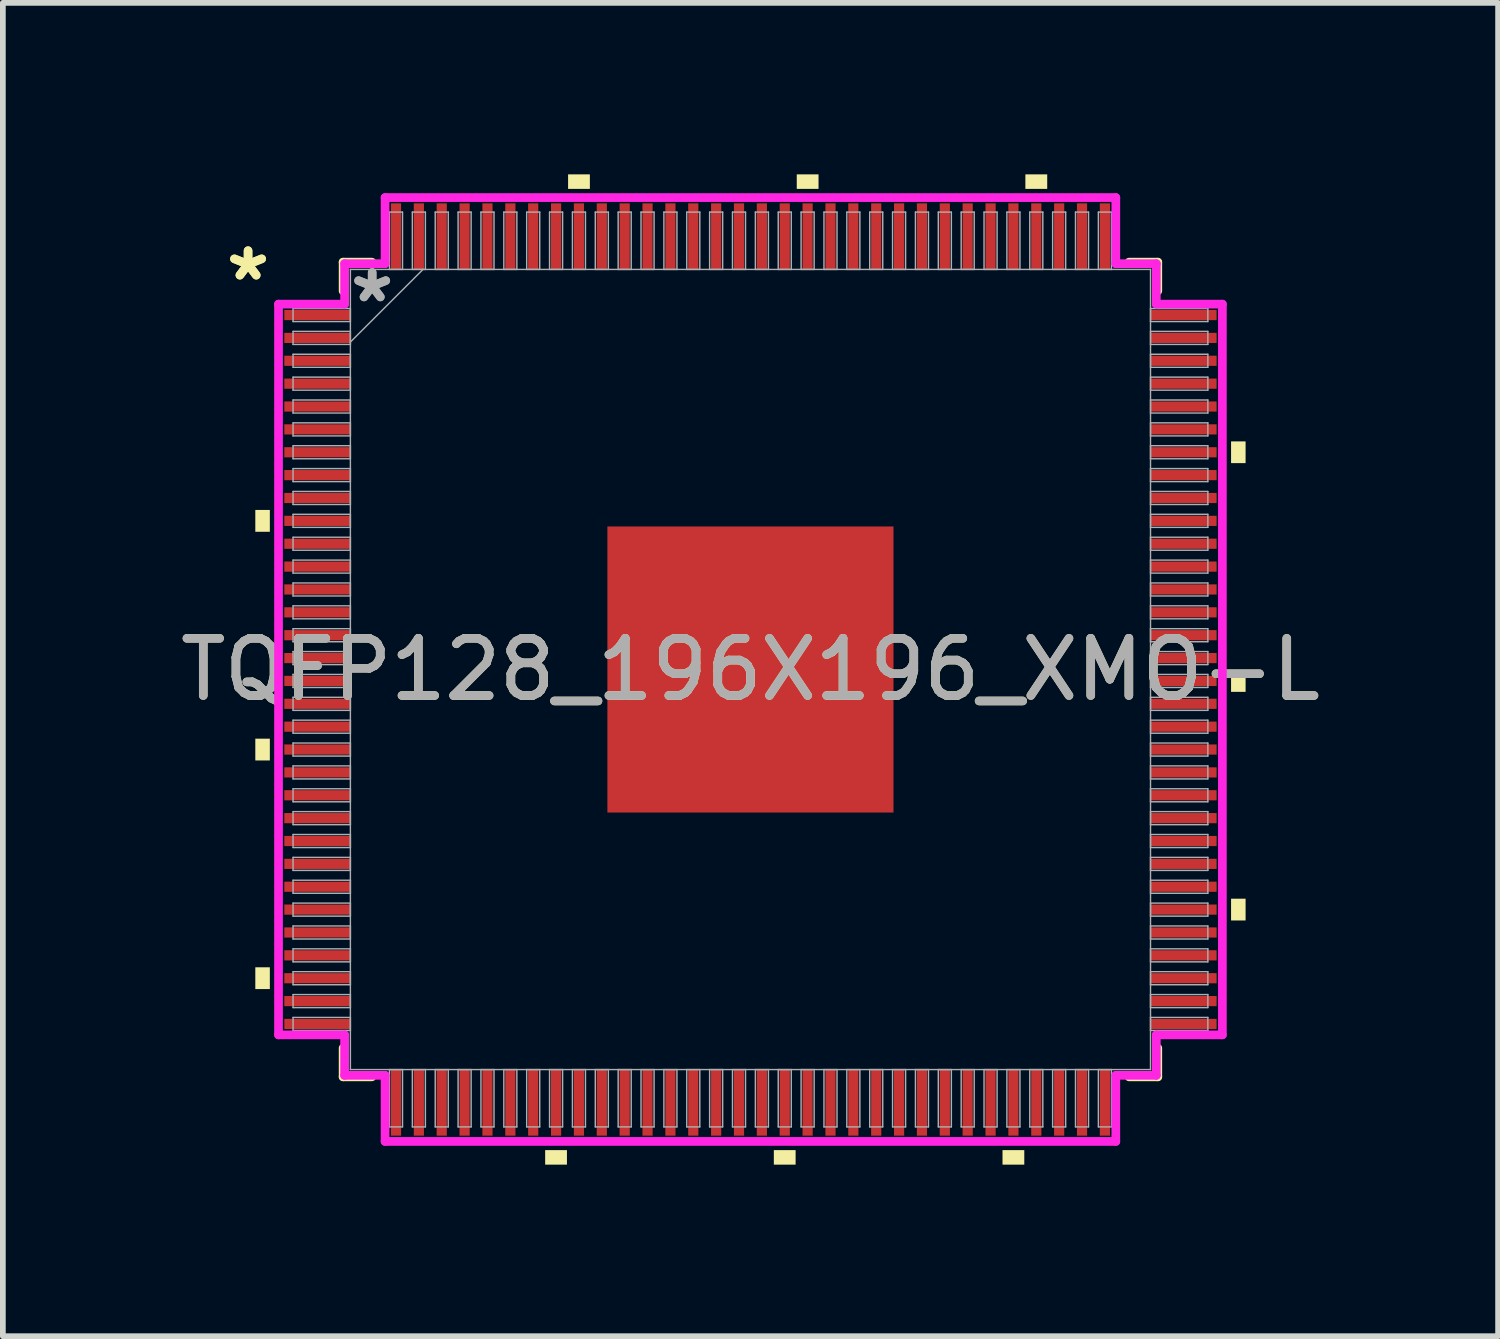
<source format=kicad_pcb>
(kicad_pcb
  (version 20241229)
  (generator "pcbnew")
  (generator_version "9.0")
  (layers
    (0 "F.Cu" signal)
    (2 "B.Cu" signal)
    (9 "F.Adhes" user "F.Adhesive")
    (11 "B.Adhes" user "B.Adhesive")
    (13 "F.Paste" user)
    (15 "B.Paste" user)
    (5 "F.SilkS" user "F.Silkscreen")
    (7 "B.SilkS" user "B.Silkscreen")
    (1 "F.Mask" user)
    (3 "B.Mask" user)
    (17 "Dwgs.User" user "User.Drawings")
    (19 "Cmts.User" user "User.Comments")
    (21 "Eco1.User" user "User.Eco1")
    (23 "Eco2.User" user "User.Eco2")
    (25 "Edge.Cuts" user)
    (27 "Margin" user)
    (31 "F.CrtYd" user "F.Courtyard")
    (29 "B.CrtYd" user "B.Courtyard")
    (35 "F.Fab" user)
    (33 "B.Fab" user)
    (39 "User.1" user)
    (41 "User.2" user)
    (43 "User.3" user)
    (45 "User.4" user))
  (footprint "TQFP128_196X196_XMO-L"
    (layer "F.Cu")
    (at 10.077 8.661)
    (property "Reference" "TQFP128_196X196_XMO-L" (at 0 0 0) (unlocked yes) (layer "F.SilkS") (effects (font (size 1 1) (thickness 0.15))))
    (attr smd)
    (fp_line (start -7.125 -7.125) (end -7.125 -6.622) (stroke (width 0.152) (type solid)) (layer "F.SilkS"))
    (fp_line (start -7.125 6.622) (end -7.125 7.125) (stroke (width 0.152) (type solid)) (layer "F.SilkS"))
    (fp_line (start -7.125 7.125) (end -6.622 7.125) (stroke (width 0.152) (type solid)) (layer "F.SilkS"))
    (fp_line (start -6.622 -7.125) (end -7.125 -7.125) (stroke (width 0.152) (type solid)) (layer "F.SilkS"))
    (fp_line (start 6.622 7.125) (end 7.125 7.125) (stroke (width 0.152) (type solid)) (layer "F.SilkS"))
    (fp_line (start 7.125 -7.125) (end 6.622 -7.125) (stroke (width 0.152) (type solid)) (layer "F.SilkS"))
    (fp_line (start 7.125 -6.622) (end 7.125 -7.125) (stroke (width 0.152) (type solid)) (layer "F.SilkS"))
    (fp_line (start 7.125 7.125) (end 7.125 6.622) (stroke (width 0.152) (type solid)) (layer "F.SilkS"))
    (fp_poly (pts (xy -8.661 -2.791) (xy -8.661 -2.409) (xy -8.407 -2.409) (xy -8.407 -2.791)) (stroke (width 0) (type solid)) (fill yes) (layer "F.SilkS"))
    (fp_poly (pts (xy -8.661 1.21) (xy -8.661 1.591) (xy -8.407 1.591) (xy -8.407 1.21)) (stroke (width 0) (type solid)) (fill yes) (layer "F.SilkS"))
    (fp_poly (pts (xy -8.661 5.209) (xy -8.661 5.59) (xy -8.407 5.59) (xy -8.407 5.209)) (stroke (width 0) (type solid)) (fill yes) (layer "F.SilkS"))
    (fp_poly (pts (xy -3.591 8.407) (xy -3.591 8.661) (xy -3.21 8.661) (xy -3.21 8.407)) (stroke (width 0) (type solid)) (fill yes) (layer "F.SilkS"))
    (fp_poly (pts (xy -3.19 -8.407) (xy -3.19 -8.661) (xy -2.809 -8.661) (xy -2.809 -8.407)) (stroke (width 0) (type solid)) (fill yes) (layer "F.SilkS"))
    (fp_poly (pts (xy 0.409 8.407) (xy 0.409 8.661) (xy 0.79 8.661) (xy 0.79 8.407)) (stroke (width 0) (type solid)) (fill yes) (layer "F.SilkS"))
    (fp_poly (pts (xy 0.81 -8.407) (xy 0.81 -8.661) (xy 1.191 -8.661) (xy 1.191 -8.407)) (stroke (width 0) (type solid)) (fill yes) (layer "F.SilkS"))
    (fp_poly (pts (xy 4.409 8.407) (xy 4.409 8.661) (xy 4.79 8.661) (xy 4.79 8.407)) (stroke (width 0) (type solid)) (fill yes) (layer "F.SilkS"))
    (fp_poly (pts (xy 4.809 -8.407) (xy 4.809 -8.661) (xy 5.191 -8.661) (xy 5.191 -8.407)) (stroke (width 0) (type solid)) (fill yes) (layer "F.SilkS"))
    (fp_poly (pts (xy 8.661 -3.99) (xy 8.661 -3.61) (xy 8.407 -3.61) (xy 8.407 -3.99)) (stroke (width 0) (type solid)) (fill yes) (layer "F.SilkS"))
    (fp_poly (pts (xy 8.661 0.009) (xy 8.661 0.391) (xy 8.407 0.391) (xy 8.407 0.009)) (stroke (width 0) (type solid)) (fill yes) (layer "F.SilkS"))
    (fp_poly (pts (xy 8.661 4.009) (xy 8.661 4.39) (xy 8.407 4.39) (xy 8.407 4.009)) (stroke (width 0) (type solid)) (fill yes) (layer "F.SilkS"))
    (fp_poly (pts (xy -2.402 -2.402) (xy -2.402 -0.934) (xy -0.934 -0.934) (xy -0.934 -2.402)) (stroke (width 0) (type solid)) (fill yes) (layer "F.Paste"))
    (fp_poly (pts (xy -2.402 -0.734) (xy -2.402 0.734) (xy -0.934 0.734) (xy -0.934 -0.734)) (stroke (width 0) (type solid)) (fill yes) (layer "F.Paste"))
    (fp_poly (pts (xy -2.402 0.934) (xy -2.402 2.402) (xy -0.934 2.402) (xy -0.934 0.934)) (stroke (width 0) (type solid)) (fill yes) (layer "F.Paste"))
    (fp_poly (pts (xy -0.734 -2.402) (xy -0.734 -0.934) (xy 0.734 -0.934) (xy 0.734 -2.402)) (stroke (width 0) (type solid)) (fill yes) (layer "F.Paste"))
    (fp_poly (pts (xy -0.734 -0.734) (xy -0.734 0.734) (xy 0.734 0.734) (xy 0.734 -0.734)) (stroke (width 0) (type solid)) (fill yes) (layer "F.Paste"))
    (fp_poly (pts (xy -0.734 0.934) (xy -0.734 2.402) (xy 0.734 2.402) (xy 0.734 0.934)) (stroke (width 0) (type solid)) (fill yes) (layer "F.Paste"))
    (fp_poly (pts (xy 0.934 -2.402) (xy 0.934 -0.934) (xy 2.402 -0.934) (xy 2.402 -2.402)) (stroke (width 0) (type solid)) (fill yes) (layer "F.Paste"))
    (fp_poly (pts (xy 0.934 -0.734) (xy 0.934 0.734) (xy 2.402 0.734) (xy 2.402 -0.734)) (stroke (width 0) (type solid)) (fill yes) (layer "F.Paste"))
    (fp_poly (pts (xy 0.934 0.934) (xy 0.934 2.402) (xy 2.402 2.402) (xy 2.402 0.934)) (stroke (width 0) (type solid)) (fill yes) (layer "F.Paste"))
    (fp_line (start -8.255 -6.391) (end -7.099 -6.391) (stroke (width 0.152) (type solid)) (layer "F.CrtYd"))
    (fp_line (start -8.255 6.391) (end -8.255 -6.391) (stroke (width 0.152) (type solid)) (layer "F.CrtYd"))
    (fp_line (start -7.099 -7.099) (end -6.391 -7.099) (stroke (width 0.152) (type solid)) (layer "F.CrtYd"))
    (fp_line (start -7.099 -6.391) (end -7.099 -7.099) (stroke (width 0.152) (type solid)) (layer "F.CrtYd"))
    (fp_line (start -7.099 6.391) (end -8.255 6.391) (stroke (width 0.152) (type solid)) (layer "F.CrtYd"))
    (fp_line (start -7.099 7.099) (end -7.099 6.391) (stroke (width 0.152) (type solid)) (layer "F.CrtYd"))
    (fp_line (start -7.099 7.099) (end -6.391 7.099) (stroke (width 0.152) (type solid)) (layer "F.CrtYd"))
    (fp_line (start -6.391 -8.255) (end 6.391 -8.255) (stroke (width 0.152) (type solid)) (layer "F.CrtYd"))
    (fp_line (start -6.391 -7.099) (end -6.391 -8.255) (stroke (width 0.152) (type solid)) (layer "F.CrtYd"))
    (fp_line (start -6.391 7.099) (end -6.391 8.255) (stroke (width 0.152) (type solid)) (layer "F.CrtYd"))
    (fp_line (start -6.391 8.255) (end 6.391 8.255) (stroke (width 0.152) (type solid)) (layer "F.CrtYd"))
    (fp_line (start 6.391 -8.255) (end 6.391 -7.099) (stroke (width 0.152) (type solid)) (layer "F.CrtYd"))
    (fp_line (start 6.391 -7.099) (end 7.099 -7.099) (stroke (width 0.152) (type solid)) (layer "F.CrtYd"))
    (fp_line (start 6.391 7.099) (end 7.099 7.099) (stroke (width 0.152) (type solid)) (layer "F.CrtYd"))
    (fp_line (start 6.391 8.255) (end 6.391 7.099) (stroke (width 0.152) (type solid)) (layer "F.CrtYd"))
    (fp_line (start 7.099 -6.391) (end 7.099 -7.099) (stroke (width 0.152) (type solid)) (layer "F.CrtYd"))
    (fp_line (start 7.099 6.391) (end 8.255 6.391) (stroke (width 0.152) (type solid)) (layer "F.CrtYd"))
    (fp_line (start 7.099 7.099) (end 7.099 6.391) (stroke (width 0.152) (type solid)) (layer "F.CrtYd"))
    (fp_line (start 8.255 -6.391) (end 7.099 -6.391) (stroke (width 0.152) (type solid)) (layer "F.CrtYd"))
    (fp_line (start 8.255 6.391) (end 8.255 -6.391) (stroke (width 0.152) (type solid)) (layer "F.CrtYd"))
    (fp_line (start -8.001 -6.314) (end -8.001 -6.086) (stroke (width 0.025) (type solid)) (layer "F.Fab"))
    (fp_line (start -8.001 -6.086) (end -6.998 -6.086) (stroke (width 0.025) (type solid)) (layer "F.Fab"))
    (fp_line (start -8.001 -5.914) (end -8.001 -5.686) (stroke (width 0.025) (type solid)) (layer "F.Fab"))
    (fp_line (start -8.001 -5.686) (end -6.998 -5.686) (stroke (width 0.025) (type solid)) (layer "F.Fab"))
    (fp_line (start -8.001 -5.514) (end -8.001 -5.286) (stroke (width 0.025) (type solid)) (layer "F.Fab"))
    (fp_line (start -8.001 -5.286) (end -6.998 -5.286) (stroke (width 0.025) (type solid)) (layer "F.Fab"))
    (fp_line (start -8.001 -5.114) (end -8.001 -4.886) (stroke (width 0.025) (type solid)) (layer "F.Fab"))
    (fp_line (start -8.001 -4.886) (end -6.998 -4.886) (stroke (width 0.025) (type solid)) (layer "F.Fab"))
    (fp_line (start -8.001 -4.714) (end -8.001 -4.486) (stroke (width 0.025) (type solid)) (layer "F.Fab"))
    (fp_line (start -8.001 -4.486) (end -6.998 -4.486) (stroke (width 0.025) (type solid)) (layer "F.Fab"))
    (fp_line (start -8.001 -4.314) (end -8.001 -4.086) (stroke (width 0.025) (type solid)) (layer "F.Fab"))
    (fp_line (start -8.001 -4.086) (end -6.998 -4.086) (stroke (width 0.025) (type solid)) (layer "F.Fab"))
    (fp_line (start -8.001 -3.914) (end -8.001 -3.686) (stroke (width 0.025) (type solid)) (layer "F.Fab"))
    (fp_line (start -8.001 -3.686) (end -6.998 -3.686) (stroke (width 0.025) (type solid)) (layer "F.Fab"))
    (fp_line (start -8.001 -3.514) (end -8.001 -3.286) (stroke (width 0.025) (type solid)) (layer "F.Fab"))
    (fp_line (start -8.001 -3.286) (end -6.998 -3.286) (stroke (width 0.025) (type solid)) (layer "F.Fab"))
    (fp_line (start -8.001 -3.114) (end -8.001 -2.886) (stroke (width 0.025) (type solid)) (layer "F.Fab"))
    (fp_line (start -8.001 -2.886) (end -6.998 -2.886) (stroke (width 0.025) (type solid)) (layer "F.Fab"))
    (fp_line (start -8.001 -2.714) (end -8.001 -2.486) (stroke (width 0.025) (type solid)) (layer "F.Fab"))
    (fp_line (start -8.001 -2.486) (end -6.998 -2.486) (stroke (width 0.025) (type solid)) (layer "F.Fab"))
    (fp_line (start -8.001 -2.314) (end -8.001 -2.086) (stroke (width 0.025) (type solid)) (layer "F.Fab"))
    (fp_line (start -8.001 -2.086) (end -6.998 -2.086) (stroke (width 0.025) (type solid)) (layer "F.Fab"))
    (fp_line (start -8.001 -1.914) (end -8.001 -1.686) (stroke (width 0.025) (type solid)) (layer "F.Fab"))
    (fp_line (start -8.001 -1.686) (end -6.998 -1.686) (stroke (width 0.025) (type solid)) (layer "F.Fab"))
    (fp_line (start -8.001 -1.514) (end -8.001 -1.286) (stroke (width 0.025) (type solid)) (layer "F.Fab"))
    (fp_line (start -8.001 -1.286) (end -6.998 -1.286) (stroke (width 0.025) (type solid)) (layer "F.Fab"))
    (fp_line (start -8.001 -1.114) (end -8.001 -0.886) (stroke (width 0.025) (type solid)) (layer "F.Fab"))
    (fp_line (start -8.001 -0.886) (end -6.998 -0.886) (stroke (width 0.025) (type solid)) (layer "F.Fab"))
    (fp_line (start -8.001 -0.714) (end -8.001 -0.486) (stroke (width 0.025) (type solid)) (layer "F.Fab"))
    (fp_line (start -8.001 -0.486) (end -6.998 -0.486) (stroke (width 0.025) (type solid)) (layer "F.Fab"))
    (fp_line (start -8.001 -0.314) (end -8.001 -0.086) (stroke (width 0.025) (type solid)) (layer "F.Fab"))
    (fp_line (start -8.001 -0.086) (end -6.998 -0.086) (stroke (width 0.025) (type solid)) (layer "F.Fab"))
    (fp_line (start -8.001 0.086) (end -8.001 0.314) (stroke (width 0.025) (type solid)) (layer "F.Fab"))
    (fp_line (start -8.001 0.314) (end -6.998 0.314) (stroke (width 0.025) (type solid)) (layer "F.Fab"))
    (fp_line (start -8.001 0.486) (end -8.001 0.714) (stroke (width 0.025) (type solid)) (layer "F.Fab"))
    (fp_line (start -8.001 0.714) (end -6.998 0.714) (stroke (width 0.025) (type solid)) (layer "F.Fab"))
    (fp_line (start -8.001 0.886) (end -8.001 1.114) (stroke (width 0.025) (type solid)) (layer "F.Fab"))
    (fp_line (start -8.001 1.114) (end -6.998 1.114) (stroke (width 0.025) (type solid)) (layer "F.Fab"))
    (fp_line (start -8.001 1.286) (end -8.001 1.514) (stroke (width 0.025) (type solid)) (layer "F.Fab"))
    (fp_line (start -8.001 1.514) (end -6.998 1.514) (stroke (width 0.025) (type solid)) (layer "F.Fab"))
    (fp_line (start -8.001 1.686) (end -8.001 1.914) (stroke (width 0.025) (type solid)) (layer "F.Fab"))
    (fp_line (start -8.001 1.914) (end -6.998 1.914) (stroke (width 0.025) (type solid)) (layer "F.Fab"))
    (fp_line (start -8.001 2.086) (end -8.001 2.314) (stroke (width 0.025) (type solid)) (layer "F.Fab"))
    (fp_line (start -8.001 2.314) (end -6.998 2.314) (stroke (width 0.025) (type solid)) (layer "F.Fab"))
    (fp_line (start -8.001 2.486) (end -8.001 2.714) (stroke (width 0.025) (type solid)) (layer "F.Fab"))
    (fp_line (start -8.001 2.714) (end -6.998 2.714) (stroke (width 0.025) (type solid)) (layer "F.Fab"))
    (fp_line (start -8.001 2.886) (end -8.001 3.114) (stroke (width 0.025) (type solid)) (layer "F.Fab"))
    (fp_line (start -8.001 3.114) (end -6.998 3.114) (stroke (width 0.025) (type solid)) (layer "F.Fab"))
    (fp_line (start -8.001 3.286) (end -8.001 3.514) (stroke (width 0.025) (type solid)) (layer "F.Fab"))
    (fp_line (start -8.001 3.514) (end -6.998 3.514) (stroke (width 0.025) (type solid)) (layer "F.Fab"))
    (fp_line (start -8.001 3.686) (end -8.001 3.914) (stroke (width 0.025) (type solid)) (layer "F.Fab"))
    (fp_line (start -8.001 3.914) (end -6.998 3.914) (stroke (width 0.025) (type solid)) (layer "F.Fab"))
    (fp_line (start -8.001 4.086) (end -8.001 4.314) (stroke (width 0.025) (type solid)) (layer "F.Fab"))
    (fp_line (start -8.001 4.314) (end -6.998 4.314) (stroke (width 0.025) (type solid)) (layer "F.Fab"))
    (fp_line (start -8.001 4.486) (end -8.001 4.714) (stroke (width 0.025) (type solid)) (layer "F.Fab"))
    (fp_line (start -8.001 4.714) (end -6.998 4.714) (stroke (width 0.025) (type solid)) (layer "F.Fab"))
    (fp_line (start -8.001 4.886) (end -8.001 5.114) (stroke (width 0.025) (type solid)) (layer "F.Fab"))
    (fp_line (start -8.001 5.114) (end -6.998 5.114) (stroke (width 0.025) (type solid)) (layer "F.Fab"))
    (fp_line (start -8.001 5.286) (end -8.001 5.514) (stroke (width 0.025) (type solid)) (layer "F.Fab"))
    (fp_line (start -8.001 5.514) (end -6.998 5.514) (stroke (width 0.025) (type solid)) (layer "F.Fab"))
    (fp_line (start -8.001 5.686) (end -8.001 5.914) (stroke (width 0.025) (type solid)) (layer "F.Fab"))
    (fp_line (start -8.001 5.914) (end -6.998 5.914) (stroke (width 0.025) (type solid)) (layer "F.Fab"))
    (fp_line (start -8.001 6.086) (end -8.001 6.314) (stroke (width 0.025) (type solid)) (layer "F.Fab"))
    (fp_line (start -8.001 6.314) (end -6.998 6.314) (stroke (width 0.025) (type solid)) (layer "F.Fab"))
    (fp_line (start -6.998 -6.998) (end -6.998 6.998) (stroke (width 0.025) (type solid)) (layer "F.Fab"))
    (fp_line (start -6.998 -6.314) (end -8.001 -6.314) (stroke (width 0.025) (type solid)) (layer "F.Fab"))
    (fp_line (start -6.998 -6.086) (end -6.998 -6.314) (stroke (width 0.025) (type solid)) (layer "F.Fab"))
    (fp_line (start -6.998 -5.914) (end -8.001 -5.914) (stroke (width 0.025) (type solid)) (layer "F.Fab"))
    (fp_line (start -6.998 -5.728) (end -5.728 -6.998) (stroke (width 0.025) (type solid)) (layer "F.Fab"))
    (fp_line (start -6.998 -5.686) (end -6.998 -5.914) (stroke (width 0.025) (type solid)) (layer "F.Fab"))
    (fp_line (start -6.998 -5.514) (end -8.001 -5.514) (stroke (width 0.025) (type solid)) (layer "F.Fab"))
    (fp_line (start -6.998 -5.286) (end -6.998 -5.514) (stroke (width 0.025) (type solid)) (layer "F.Fab"))
    (fp_line (start -6.998 -5.114) (end -8.001 -5.114) (stroke (width 0.025) (type solid)) (layer "F.Fab"))
    (fp_line (start -6.998 -4.886) (end -6.998 -5.114) (stroke (width 0.025) (type solid)) (layer "F.Fab"))
    (fp_line (start -6.998 -4.714) (end -8.001 -4.714) (stroke (width 0.025) (type solid)) (layer "F.Fab"))
    (fp_line (start -6.998 -4.486) (end -6.998 -4.714) (stroke (width 0.025) (type solid)) (layer "F.Fab"))
    (fp_line (start -6.998 -4.314) (end -8.001 -4.314) (stroke (width 0.025) (type solid)) (layer "F.Fab"))
    (fp_line (start -6.998 -4.086) (end -6.998 -4.314) (stroke (width 0.025) (type solid)) (layer "F.Fab"))
    (fp_line (start -6.998 -3.914) (end -8.001 -3.914) (stroke (width 0.025) (type solid)) (layer "F.Fab"))
    (fp_line (start -6.998 -3.686) (end -6.998 -3.914) (stroke (width 0.025) (type solid)) (layer "F.Fab"))
    (fp_line (start -6.998 -3.514) (end -8.001 -3.514) (stroke (width 0.025) (type solid)) (layer "F.Fab"))
    (fp_line (start -6.998 -3.286) (end -6.998 -3.514) (stroke (width 0.025) (type solid)) (layer "F.Fab"))
    (fp_line (start -6.998 -3.114) (end -8.001 -3.114) (stroke (width 0.025) (type solid)) (layer "F.Fab"))
    (fp_line (start -6.998 -2.886) (end -6.998 -3.114) (stroke (width 0.025) (type solid)) (layer "F.Fab"))
    (fp_line (start -6.998 -2.714) (end -8.001 -2.714) (stroke (width 0.025) (type solid)) (layer "F.Fab"))
    (fp_line (start -6.998 -2.486) (end -6.998 -2.714) (stroke (width 0.025) (type solid)) (layer "F.Fab"))
    (fp_line (start -6.998 -2.314) (end -8.001 -2.314) (stroke (width 0.025) (type solid)) (layer "F.Fab"))
    (fp_line (start -6.998 -2.086) (end -6.998 -2.314) (stroke (width 0.025) (type solid)) (layer "F.Fab"))
    (fp_line (start -6.998 -1.914) (end -8.001 -1.914) (stroke (width 0.025) (type solid)) (layer "F.Fab"))
    (fp_line (start -6.998 -1.686) (end -6.998 -1.914) (stroke (width 0.025) (type solid)) (layer "F.Fab"))
    (fp_line (start -6.998 -1.514) (end -8.001 -1.514) (stroke (width 0.025) (type solid)) (layer "F.Fab"))
    (fp_line (start -6.998 -1.286) (end -6.998 -1.514) (stroke (width 0.025) (type solid)) (layer "F.Fab"))
    (fp_line (start -6.998 -1.114) (end -8.001 -1.114) (stroke (width 0.025) (type solid)) (layer "F.Fab"))
    (fp_line (start -6.998 -0.886) (end -6.998 -1.114) (stroke (width 0.025) (type solid)) (layer "F.Fab"))
    (fp_line (start -6.998 -0.714) (end -8.001 -0.714) (stroke (width 0.025) (type solid)) (layer "F.Fab"))
    (fp_line (start -6.998 -0.486) (end -6.998 -0.714) (stroke (width 0.025) (type solid)) (layer "F.Fab"))
    (fp_line (start -6.998 -0.314) (end -8.001 -0.314) (stroke (width 0.025) (type solid)) (layer "F.Fab"))
    (fp_line (start -6.998 -0.086) (end -6.998 -0.314) (stroke (width 0.025) (type solid)) (layer "F.Fab"))
    (fp_line (start -6.998 0.086) (end -8.001 0.086) (stroke (width 0.025) (type solid)) (layer "F.Fab"))
    (fp_line (start -6.998 0.314) (end -6.998 0.086) (stroke (width 0.025) (type solid)) (layer "F.Fab"))
    (fp_line (start -6.998 0.486) (end -8.001 0.486) (stroke (width 0.025) (type solid)) (layer "F.Fab"))
    (fp_line (start -6.998 0.714) (end -6.998 0.486) (stroke (width 0.025) (type solid)) (layer "F.Fab"))
    (fp_line (start -6.998 0.886) (end -8.001 0.886) (stroke (width 0.025) (type solid)) (layer "F.Fab"))
    (fp_line (start -6.998 1.114) (end -6.998 0.886) (stroke (width 0.025) (type solid)) (layer "F.Fab"))
    (fp_line (start -6.998 1.286) (end -8.001 1.286) (stroke (width 0.025) (type solid)) (layer "F.Fab"))
    (fp_line (start -6.998 1.514) (end -6.998 1.286) (stroke (width 0.025) (type solid)) (layer "F.Fab"))
    (fp_line (start -6.998 1.686) (end -8.001 1.686) (stroke (width 0.025) (type solid)) (layer "F.Fab"))
    (fp_line (start -6.998 1.914) (end -6.998 1.686) (stroke (width 0.025) (type solid)) (layer "F.Fab"))
    (fp_line (start -6.998 2.086) (end -8.001 2.086) (stroke (width 0.025) (type solid)) (layer "F.Fab"))
    (fp_line (start -6.998 2.314) (end -6.998 2.086) (stroke (width 0.025) (type solid)) (layer "F.Fab"))
    (fp_line (start -6.998 2.486) (end -8.001 2.486) (stroke (width 0.025) (type solid)) (layer "F.Fab"))
    (fp_line (start -6.998 2.714) (end -6.998 2.486) (stroke (width 0.025) (type solid)) (layer "F.Fab"))
    (fp_line (start -6.998 2.886) (end -8.001 2.886) (stroke (width 0.025) (type solid)) (layer "F.Fab"))
    (fp_line (start -6.998 3.114) (end -6.998 2.886) (stroke (width 0.025) (type solid)) (layer "F.Fab"))
    (fp_line (start -6.998 3.286) (end -8.001 3.286) (stroke (width 0.025) (type solid)) (layer "F.Fab"))
    (fp_line (start -6.998 3.514) (end -6.998 3.286) (stroke (width 0.025) (type solid)) (layer "F.Fab"))
    (fp_line (start -6.998 3.686) (end -8.001 3.686) (stroke (width 0.025) (type solid)) (layer "F.Fab"))
    (fp_line (start -6.998 3.914) (end -6.998 3.686) (stroke (width 0.025) (type solid)) (layer "F.Fab"))
    (fp_line (start -6.998 4.086) (end -8.001 4.086) (stroke (width 0.025) (type solid)) (layer "F.Fab"))
    (fp_line (start -6.998 4.314) (end -6.998 4.086) (stroke (width 0.025) (type solid)) (layer "F.Fab"))
    (fp_line (start -6.998 4.486) (end -8.001 4.486) (stroke (width 0.025) (type solid)) (layer "F.Fab"))
    (fp_line (start -6.998 4.714) (end -6.998 4.486) (stroke (width 0.025) (type solid)) (layer "F.Fab"))
    (fp_line (start -6.998 4.886) (end -8.001 4.886) (stroke (width 0.025) (type solid)) (layer "F.Fab"))
    (fp_line (start -6.998 5.114) (end -6.998 4.886) (stroke (width 0.025) (type solid)) (layer "F.Fab"))
    (fp_line (start -6.998 5.286) (end -8.001 5.286) (stroke (width 0.025) (type solid)) (layer "F.Fab"))
    (fp_line (start -6.998 5.514) (end -6.998 5.286) (stroke (width 0.025) (type solid)) (layer "F.Fab"))
    (fp_line (start -6.998 5.686) (end -8.001 5.686) (stroke (width 0.025) (type solid)) (layer "F.Fab"))
    (fp_line (start -6.998 5.914) (end -6.998 5.686) (stroke (width 0.025) (type solid)) (layer "F.Fab"))
    (fp_line (start -6.998 6.086) (end -8.001 6.086) (stroke (width 0.025) (type solid)) (layer "F.Fab"))
    (fp_line (start -6.998 6.314) (end -6.998 6.086) (stroke (width 0.025) (type solid)) (layer "F.Fab"))
    (fp_line (start -6.998 6.998) (end 6.998 6.998) (stroke (width 0.025) (type solid)) (layer "F.Fab"))
    (fp_line (start -6.314 -8.001) (end -6.314 -6.998) (stroke (width 0.025) (type solid)) (layer "F.Fab"))
    (fp_line (start -6.314 -6.998) (end -6.086 -6.998) (stroke (width 0.025) (type solid)) (layer "F.Fab"))
    (fp_line (start -6.314 6.998) (end -6.314 8.001) (stroke (width 0.025) (type solid)) (layer "F.Fab"))
    (fp_line (start -6.314 8.001) (end -6.086 8.001) (stroke (width 0.025) (type solid)) (layer "F.Fab"))
    (fp_line (start -6.086 -8.001) (end -6.314 -8.001) (stroke (width 0.025) (type solid)) (layer "F.Fab"))
    (fp_line (start -6.086 -6.998) (end -6.086 -8.001) (stroke (width 0.025) (type solid)) (layer "F.Fab"))
    (fp_line (start -6.086 6.998) (end -6.314 6.998) (stroke (width 0.025) (type solid)) (layer "F.Fab"))
    (fp_line (start -6.086 8.001) (end -6.086 6.998) (stroke (width 0.025) (type solid)) (layer "F.Fab"))
    (fp_line (start -5.914 6.998) (end -5.914 8.001) (stroke (width 0.025) (type solid)) (layer "F.Fab"))
    (fp_line (start -5.914 8.001) (end -5.686 8.001) (stroke (width 0.025) (type solid)) (layer "F.Fab"))
    (fp_line (start -5.914 -8.001) (end -5.914 -6.998) (stroke (width 0.025) (type solid)) (layer "F.Fab"))
    (fp_line (start -5.914 -6.998) (end -5.686 -6.998) (stroke (width 0.025) (type solid)) (layer "F.Fab"))
    (fp_line (start -5.686 6.998) (end -5.914 6.998) (stroke (width 0.025) (type solid)) (layer "F.Fab"))
    (fp_line (start -5.686 8.001) (end -5.686 6.998) (stroke (width 0.025) (type solid)) (layer "F.Fab"))
    (fp_line (start -5.686 -8.001) (end -5.914 -8.001) (stroke (width 0.025) (type solid)) (layer "F.Fab"))
    (fp_line (start -5.686 -6.998) (end -5.686 -8.001) (stroke (width 0.025) (type solid)) (layer "F.Fab"))
    (fp_line (start -5.514 6.998) (end -5.514 8.001) (stroke (width 0.025) (type solid)) (layer "F.Fab"))
    (fp_line (start -5.514 8.001) (end -5.286 8.001) (stroke (width 0.025) (type solid)) (layer "F.Fab"))
    (fp_line (start -5.514 -8.001) (end -5.514 -6.998) (stroke (width 0.025) (type solid)) (layer "F.Fab"))
    (fp_line (start -5.514 -6.998) (end -5.286 -6.998) (stroke (width 0.025) (type solid)) (layer "F.Fab"))
    (fp_line (start -5.286 6.998) (end -5.514 6.998) (stroke (width 0.025) (type solid)) (layer "F.Fab"))
    (fp_line (start -5.286 8.001) (end -5.286 6.998) (stroke (width 0.025) (type solid)) (layer "F.Fab"))
    (fp_line (start -5.286 -8.001) (end -5.514 -8.001) (stroke (width 0.025) (type solid)) (layer "F.Fab"))
    (fp_line (start -5.286 -6.998) (end -5.286 -8.001) (stroke (width 0.025) (type solid)) (layer "F.Fab"))
    (fp_line (start -5.114 6.998) (end -5.114 8.001) (stroke (width 0.025) (type solid)) (layer "F.Fab"))
    (fp_line (start -5.114 8.001) (end -4.886 8.001) (stroke (width 0.025) (type solid)) (layer "F.Fab"))
    (fp_line (start -5.114 -8.001) (end -5.114 -6.998) (stroke (width 0.025) (type solid)) (layer "F.Fab"))
    (fp_line (start -5.114 -6.998) (end -4.886 -6.998) (stroke (width 0.025) (type solid)) (layer "F.Fab"))
    (fp_line (start -4.886 6.998) (end -5.114 6.998) (stroke (width 0.025) (type solid)) (layer "F.Fab"))
    (fp_line (start -4.886 8.001) (end -4.886 6.998) (stroke (width 0.025) (type solid)) (layer "F.Fab"))
    (fp_line (start -4.886 -8.001) (end -5.114 -8.001) (stroke (width 0.025) (type solid)) (layer "F.Fab"))
    (fp_line (start -4.886 -6.998) (end -4.886 -8.001) (stroke (width 0.025) (type solid)) (layer "F.Fab"))
    (fp_line (start -4.714 6.998) (end -4.714 8.001) (stroke (width 0.025) (type solid)) (layer "F.Fab"))
    (fp_line (start -4.714 8.001) (end -4.486 8.001) (stroke (width 0.025) (type solid)) (layer "F.Fab"))
    (fp_line (start -4.714 -8.001) (end -4.714 -6.998) (stroke (width 0.025) (type solid)) (layer "F.Fab"))
    (fp_line (start -4.714 -6.998) (end -4.486 -6.998) (stroke (width 0.025) (type solid)) (layer "F.Fab"))
    (fp_line (start -4.486 6.998) (end -4.714 6.998) (stroke (width 0.025) (type solid)) (layer "F.Fab"))
    (fp_line (start -4.486 8.001) (end -4.486 6.998) (stroke (width 0.025) (type solid)) (layer "F.Fab"))
    (fp_line (start -4.486 -8.001) (end -4.714 -8.001) (stroke (width 0.025) (type solid)) (layer "F.Fab"))
    (fp_line (start -4.486 -6.998) (end -4.486 -8.001) (stroke (width 0.025) (type solid)) (layer "F.Fab"))
    (fp_line (start -4.314 6.998) (end -4.314 8.001) (stroke (width 0.025) (type solid)) (layer "F.Fab"))
    (fp_line (start -4.314 8.001) (end -4.086 8.001) (stroke (width 0.025) (type solid)) (layer "F.Fab"))
    (fp_line (start -4.314 -8.001) (end -4.314 -6.998) (stroke (width 0.025) (type solid)) (layer "F.Fab"))
    (fp_line (start -4.314 -6.998) (end -4.086 -6.998) (stroke (width 0.025) (type solid)) (layer "F.Fab"))
    (fp_line (start -4.086 6.998) (end -4.314 6.998) (stroke (width 0.025) (type solid)) (layer "F.Fab"))
    (fp_line (start -4.086 8.001) (end -4.086 6.998) (stroke (width 0.025) (type solid)) (layer "F.Fab"))
    (fp_line (start -4.086 -8.001) (end -4.314 -8.001) (stroke (width 0.025) (type solid)) (layer "F.Fab"))
    (fp_line (start -4.086 -6.998) (end -4.086 -8.001) (stroke (width 0.025) (type solid)) (layer "F.Fab"))
    (fp_line (start -3.914 6.998) (end -3.914 8.001) (stroke (width 0.025) (type solid)) (layer "F.Fab"))
    (fp_line (start -3.914 8.001) (end -3.686 8.001) (stroke (width 0.025) (type solid)) (layer "F.Fab"))
    (fp_line (start -3.914 -8.001) (end -3.914 -6.998) (stroke (width 0.025) (type solid)) (layer "F.Fab"))
    (fp_line (start -3.914 -6.998) (end -3.686 -6.998) (stroke (width 0.025) (type solid)) (layer "F.Fab"))
    (fp_line (start -3.686 6.998) (end -3.914 6.998) (stroke (width 0.025) (type solid)) (layer "F.Fab"))
    (fp_line (start -3.686 8.001) (end -3.686 6.998) (stroke (width 0.025) (type solid)) (layer "F.Fab"))
    (fp_line (start -3.686 -8.001) (end -3.914 -8.001) (stroke (width 0.025) (type solid)) (layer "F.Fab"))
    (fp_line (start -3.686 -6.998) (end -3.686 -8.001) (stroke (width 0.025) (type solid)) (layer "F.Fab"))
    (fp_line (start -3.514 6.998) (end -3.514 8.001) (stroke (width 0.025) (type solid)) (layer "F.Fab"))
    (fp_line (start -3.514 8.001) (end -3.286 8.001) (stroke (width 0.025) (type solid)) (layer "F.Fab"))
    (fp_line (start -3.514 -8.001) (end -3.514 -6.998) (stroke (width 0.025) (type solid)) (layer "F.Fab"))
    (fp_line (start -3.514 -6.998) (end -3.286 -6.998) (stroke (width 0.025) (type solid)) (layer "F.Fab"))
    (fp_line (start -3.286 6.998) (end -3.514 6.998) (stroke (width 0.025) (type solid)) (layer "F.Fab"))
    (fp_line (start -3.286 8.001) (end -3.286 6.998) (stroke (width 0.025) (type solid)) (layer "F.Fab"))
    (fp_line (start -3.286 -8.001) (end -3.514 -8.001) (stroke (width 0.025) (type solid)) (layer "F.Fab"))
    (fp_line (start -3.286 -6.998) (end -3.286 -8.001) (stroke (width 0.025) (type solid)) (layer "F.Fab"))
    (fp_line (start -3.114 6.998) (end -3.114 8.001) (stroke (width 0.025) (type solid)) (layer "F.Fab"))
    (fp_line (start -3.114 8.001) (end -2.886 8.001) (stroke (width 0.025) (type solid)) (layer "F.Fab"))
    (fp_line (start -3.114 -8.001) (end -3.114 -6.998) (stroke (width 0.025) (type solid)) (layer "F.Fab"))
    (fp_line (start -3.114 -6.998) (end -2.886 -6.998) (stroke (width 0.025) (type solid)) (layer "F.Fab"))
    (fp_line (start -2.886 6.998) (end -3.114 6.998) (stroke (width 0.025) (type solid)) (layer "F.Fab"))
    (fp_line (start -2.886 8.001) (end -2.886 6.998) (stroke (width 0.025) (type solid)) (layer "F.Fab"))
    (fp_line (start -2.886 -8.001) (end -3.114 -8.001) (stroke (width 0.025) (type solid)) (layer "F.Fab"))
    (fp_line (start -2.886 -6.998) (end -2.886 -8.001) (stroke (width 0.025) (type solid)) (layer "F.Fab"))
    (fp_line (start -2.714 -8.001) (end -2.714 -6.998) (stroke (width 0.025) (type solid)) (layer "F.Fab"))
    (fp_line (start -2.714 -6.998) (end -2.486 -6.998) (stroke (width 0.025) (type solid)) (layer "F.Fab"))
    (fp_line (start -2.714 6.998) (end -2.714 8.001) (stroke (width 0.025) (type solid)) (layer "F.Fab"))
    (fp_line (start -2.714 8.001) (end -2.486 8.001) (stroke (width 0.025) (type solid)) (layer "F.Fab"))
    (fp_line (start -2.486 -8.001) (end -2.714 -8.001) (stroke (width 0.025) (type solid)) (layer "F.Fab"))
    (fp_line (start -2.486 -6.998) (end -2.486 -8.001) (stroke (width 0.025) (type solid)) (layer "F.Fab"))
    (fp_line (start -2.486 6.998) (end -2.714 6.998) (stroke (width 0.025) (type solid)) (layer "F.Fab"))
    (fp_line (start -2.486 8.001) (end -2.486 6.998) (stroke (width 0.025) (type solid)) (layer "F.Fab"))
    (fp_line (start -2.314 -8.001) (end -2.314 -6.998) (stroke (width 0.025) (type solid)) (layer "F.Fab"))
    (fp_line (start -2.314 -6.998) (end -2.086 -6.998) (stroke (width 0.025) (type solid)) (layer "F.Fab"))
    (fp_line (start -2.314 6.998) (end -2.314 8.001) (stroke (width 0.025) (type solid)) (layer "F.Fab"))
    (fp_line (start -2.314 8.001) (end -2.086 8.001) (stroke (width 0.025) (type solid)) (layer "F.Fab"))
    (fp_line (start -2.086 -8.001) (end -2.314 -8.001) (stroke (width 0.025) (type solid)) (layer "F.Fab"))
    (fp_line (start -2.086 -6.998) (end -2.086 -8.001) (stroke (width 0.025) (type solid)) (layer "F.Fab"))
    (fp_line (start -2.086 6.998) (end -2.314 6.998) (stroke (width 0.025) (type solid)) (layer "F.Fab"))
    (fp_line (start -2.086 8.001) (end -2.086 6.998) (stroke (width 0.025) (type solid)) (layer "F.Fab"))
    (fp_line (start -1.914 -8.001) (end -1.914 -6.998) (stroke (width 0.025) (type solid)) (layer "F.Fab"))
    (fp_line (start -1.914 -6.998) (end -1.686 -6.998) (stroke (width 0.025) (type solid)) (layer "F.Fab"))
    (fp_line (start -1.914 6.998) (end -1.914 8.001) (stroke (width 0.025) (type solid)) (layer "F.Fab"))
    (fp_line (start -1.914 8.001) (end -1.686 8.001) (stroke (width 0.025) (type solid)) (layer "F.Fab"))
    (fp_line (start -1.686 -8.001) (end -1.914 -8.001) (stroke (width 0.025) (type solid)) (layer "F.Fab"))
    (fp_line (start -1.686 -6.998) (end -1.686 -8.001) (stroke (width 0.025) (type solid)) (layer "F.Fab"))
    (fp_line (start -1.686 6.998) (end -1.914 6.998) (stroke (width 0.025) (type solid)) (layer "F.Fab"))
    (fp_line (start -1.686 8.001) (end -1.686 6.998) (stroke (width 0.025) (type solid)) (layer "F.Fab"))
    (fp_line (start -1.514 -8.001) (end -1.514 -6.998) (stroke (width 0.025) (type solid)) (layer "F.Fab"))
    (fp_line (start -1.514 -6.998) (end -1.286 -6.998) (stroke (width 0.025) (type solid)) (layer "F.Fab"))
    (fp_line (start -1.514 6.998) (end -1.514 8.001) (stroke (width 0.025) (type solid)) (layer "F.Fab"))
    (fp_line (start -1.514 8.001) (end -1.286 8.001) (stroke (width 0.025) (type solid)) (layer "F.Fab"))
    (fp_line (start -1.286 -8.001) (end -1.514 -8.001) (stroke (width 0.025) (type solid)) (layer "F.Fab"))
    (fp_line (start -1.286 -6.998) (end -1.286 -8.001) (stroke (width 0.025) (type solid)) (layer "F.Fab"))
    (fp_line (start -1.286 6.998) (end -1.514 6.998) (stroke (width 0.025) (type solid)) (layer "F.Fab"))
    (fp_line (start -1.286 8.001) (end -1.286 6.998) (stroke (width 0.025) (type solid)) (layer "F.Fab"))
    (fp_line (start -1.114 -8.001) (end -1.114 -6.998) (stroke (width 0.025) (type solid)) (layer "F.Fab"))
    (fp_line (start -1.114 -6.998) (end -0.886 -6.998) (stroke (width 0.025) (type solid)) (layer "F.Fab"))
    (fp_line (start -1.114 6.998) (end -1.114 8.001) (stroke (width 0.025) (type solid)) (layer "F.Fab"))
    (fp_line (start -1.114 8.001) (end -0.886 8.001) (stroke (width 0.025) (type solid)) (layer "F.Fab"))
    (fp_line (start -0.886 -8.001) (end -1.114 -8.001) (stroke (width 0.025) (type solid)) (layer "F.Fab"))
    (fp_line (start -0.886 -6.998) (end -0.886 -8.001) (stroke (width 0.025) (type solid)) (layer "F.Fab"))
    (fp_line (start -0.886 6.998) (end -1.114 6.998) (stroke (width 0.025) (type solid)) (layer "F.Fab"))
    (fp_line (start -0.886 8.001) (end -0.886 6.998) (stroke (width 0.025) (type solid)) (layer "F.Fab"))
    (fp_line (start -0.714 -8.001) (end -0.714 -6.998) (stroke (width 0.025) (type solid)) (layer "F.Fab"))
    (fp_line (start -0.714 -6.998) (end -0.486 -6.998) (stroke (width 0.025) (type solid)) (layer "F.Fab"))
    (fp_line (start -0.714 6.998) (end -0.714 8.001) (stroke (width 0.025) (type solid)) (layer "F.Fab"))
    (fp_line (start -0.714 8.001) (end -0.486 8.001) (stroke (width 0.025) (type solid)) (layer "F.Fab"))
    (fp_line (start -0.486 -8.001) (end -0.714 -8.001) (stroke (width 0.025) (type solid)) (layer "F.Fab"))
    (fp_line (start -0.486 -6.998) (end -0.486 -8.001) (stroke (width 0.025) (type solid)) (layer "F.Fab"))
    (fp_line (start -0.486 6.998) (end -0.714 6.998) (stroke (width 0.025) (type solid)) (layer "F.Fab"))
    (fp_line (start -0.486 8.001) (end -0.486 6.998) (stroke (width 0.025) (type solid)) (layer "F.Fab"))
    (fp_line (start -0.314 -8.001) (end -0.314 -6.998) (stroke (width 0.025) (type solid)) (layer "F.Fab"))
    (fp_line (start -0.314 -6.998) (end -0.086 -6.998) (stroke (width 0.025) (type solid)) (layer "F.Fab"))
    (fp_line (start -0.314 6.998) (end -0.314 8.001) (stroke (width 0.025) (type solid)) (layer "F.Fab"))
    (fp_line (start -0.314 8.001) (end -0.086 8.001) (stroke (width 0.025) (type solid)) (layer "F.Fab"))
    (fp_line (start -0.086 -8.001) (end -0.314 -8.001) (stroke (width 0.025) (type solid)) (layer "F.Fab"))
    (fp_line (start -0.086 -6.998) (end -0.086 -8.001) (stroke (width 0.025) (type solid)) (layer "F.Fab"))
    (fp_line (start -0.086 6.998) (end -0.314 6.998) (stroke (width 0.025) (type solid)) (layer "F.Fab"))
    (fp_line (start -0.086 8.001) (end -0.086 6.998) (stroke (width 0.025) (type solid)) (layer "F.Fab"))
    (fp_line (start 0.086 -8.001) (end 0.086 -6.998) (stroke (width 0.025) (type solid)) (layer "F.Fab"))
    (fp_line (start 0.086 -6.998) (end 0.314 -6.998) (stroke (width 0.025) (type solid)) (layer "F.Fab"))
    (fp_line (start 0.086 6.998) (end 0.086 8.001) (stroke (width 0.025) (type solid)) (layer "F.Fab"))
    (fp_line (start 0.086 8.001) (end 0.314 8.001) (stroke (width 0.025) (type solid)) (layer "F.Fab"))
    (fp_line (start 0.314 -8.001) (end 0.086 -8.001) (stroke (width 0.025) (type solid)) (layer "F.Fab"))
    (fp_line (start 0.314 -6.998) (end 0.314 -8.001) (stroke (width 0.025) (type solid)) (layer "F.Fab"))
    (fp_line (start 0.314 6.998) (end 0.086 6.998) (stroke (width 0.025) (type solid)) (layer "F.Fab"))
    (fp_line (start 0.314 8.001) (end 0.314 6.998) (stroke (width 0.025) (type solid)) (layer "F.Fab"))
    (fp_line (start 0.486 -8.001) (end 0.486 -6.998) (stroke (width 0.025) (type solid)) (layer "F.Fab"))
    (fp_line (start 0.486 -6.998) (end 0.714 -6.998) (stroke (width 0.025) (type solid)) (layer "F.Fab"))
    (fp_line (start 0.486 6.998) (end 0.486 8.001) (stroke (width 0.025) (type solid)) (layer "F.Fab"))
    (fp_line (start 0.486 8.001) (end 0.714 8.001) (stroke (width 0.025) (type solid)) (layer "F.Fab"))
    (fp_line (start 0.714 -8.001) (end 0.486 -8.001) (stroke (width 0.025) (type solid)) (layer "F.Fab"))
    (fp_line (start 0.714 -6.998) (end 0.714 -8.001) (stroke (width 0.025) (type solid)) (layer "F.Fab"))
    (fp_line (start 0.714 6.998) (end 0.486 6.998) (stroke (width 0.025) (type solid)) (layer "F.Fab"))
    (fp_line (start 0.714 8.001) (end 0.714 6.998) (stroke (width 0.025) (type solid)) (layer "F.Fab"))
    (fp_line (start 0.886 -8.001) (end 0.886 -6.998) (stroke (width 0.025) (type solid)) (layer "F.Fab"))
    (fp_line (start 0.886 -6.998) (end 1.114 -6.998) (stroke (width 0.025) (type solid)) (layer "F.Fab"))
    (fp_line (start 0.886 6.998) (end 0.886 8.001) (stroke (width 0.025) (type solid)) (layer "F.Fab"))
    (fp_line (start 0.886 8.001) (end 1.114 8.001) (stroke (width 0.025) (type solid)) (layer "F.Fab"))
    (fp_line (start 1.114 -8.001) (end 0.886 -8.001) (stroke (width 0.025) (type solid)) (layer "F.Fab"))
    (fp_line (start 1.114 -6.998) (end 1.114 -8.001) (stroke (width 0.025) (type solid)) (layer "F.Fab"))
    (fp_line (start 1.114 6.998) (end 0.886 6.998) (stroke (width 0.025) (type solid)) (layer "F.Fab"))
    (fp_line (start 1.114 8.001) (end 1.114 6.998) (stroke (width 0.025) (type solid)) (layer "F.Fab"))
    (fp_line (start 1.286 -8.001) (end 1.286 -6.998) (stroke (width 0.025) (type solid)) (layer "F.Fab"))
    (fp_line (start 1.286 -6.998) (end 1.514 -6.998) (stroke (width 0.025) (type solid)) (layer "F.Fab"))
    (fp_line (start 1.286 6.998) (end 1.286 8.001) (stroke (width 0.025) (type solid)) (layer "F.Fab"))
    (fp_line (start 1.286 8.001) (end 1.514 8.001) (stroke (width 0.025) (type solid)) (layer "F.Fab"))
    (fp_line (start 1.514 -8.001) (end 1.286 -8.001) (stroke (width 0.025) (type solid)) (layer "F.Fab"))
    (fp_line (start 1.514 -6.998) (end 1.514 -8.001) (stroke (width 0.025) (type solid)) (layer "F.Fab"))
    (fp_line (start 1.514 6.998) (end 1.286 6.998) (stroke (width 0.025) (type solid)) (layer "F.Fab"))
    (fp_line (start 1.514 8.001) (end 1.514 6.998) (stroke (width 0.025) (type solid)) (layer "F.Fab"))
    (fp_line (start 1.686 -8.001) (end 1.686 -6.998) (stroke (width 0.025) (type solid)) (layer "F.Fab"))
    (fp_line (start 1.686 -6.998) (end 1.914 -6.998) (stroke (width 0.025) (type solid)) (layer "F.Fab"))
    (fp_line (start 1.686 6.998) (end 1.686 8.001) (stroke (width 0.025) (type solid)) (layer "F.Fab"))
    (fp_line (start 1.686 8.001) (end 1.914 8.001) (stroke (width 0.025) (type solid)) (layer "F.Fab"))
    (fp_line (start 1.914 -8.001) (end 1.686 -8.001) (stroke (width 0.025) (type solid)) (layer "F.Fab"))
    (fp_line (start 1.914 -6.998) (end 1.914 -8.001) (stroke (width 0.025) (type solid)) (layer "F.Fab"))
    (fp_line (start 1.914 6.998) (end 1.686 6.998) (stroke (width 0.025) (type solid)) (layer "F.Fab"))
    (fp_line (start 1.914 8.001) (end 1.914 6.998) (stroke (width 0.025) (type solid)) (layer "F.Fab"))
    (fp_line (start 2.086 -8.001) (end 2.086 -6.998) (stroke (width 0.025) (type solid)) (layer "F.Fab"))
    (fp_line (start 2.086 -6.998) (end 2.314 -6.998) (stroke (width 0.025) (type solid)) (layer "F.Fab"))
    (fp_line (start 2.086 6.998) (end 2.086 8.001) (stroke (width 0.025) (type solid)) (layer "F.Fab"))
    (fp_line (start 2.086 8.001) (end 2.314 8.001) (stroke (width 0.025) (type solid)) (layer "F.Fab"))
    (fp_line (start 2.314 -8.001) (end 2.086 -8.001) (stroke (width 0.025) (type solid)) (layer "F.Fab"))
    (fp_line (start 2.314 -6.998) (end 2.314 -8.001) (stroke (width 0.025) (type solid)) (layer "F.Fab"))
    (fp_line (start 2.314 6.998) (end 2.086 6.998) (stroke (width 0.025) (type solid)) (layer "F.Fab"))
    (fp_line (start 2.314 8.001) (end 2.314 6.998) (stroke (width 0.025) (type solid)) (layer "F.Fab"))
    (fp_line (start 2.486 -8.001) (end 2.486 -6.998) (stroke (width 0.025) (type solid)) (layer "F.Fab"))
    (fp_line (start 2.486 -6.998) (end 2.714 -6.998) (stroke (width 0.025) (type solid)) (layer "F.Fab"))
    (fp_line (start 2.486 6.998) (end 2.486 8.001) (stroke (width 0.025) (type solid)) (layer "F.Fab"))
    (fp_line (start 2.486 8.001) (end 2.714 8.001) (stroke (width 0.025) (type solid)) (layer "F.Fab"))
    (fp_line (start 2.714 -8.001) (end 2.486 -8.001) (stroke (width 0.025) (type solid)) (layer "F.Fab"))
    (fp_line (start 2.714 -6.998) (end 2.714 -8.001) (stroke (width 0.025) (type solid)) (layer "F.Fab"))
    (fp_line (start 2.714 6.998) (end 2.486 6.998) (stroke (width 0.025) (type solid)) (layer "F.Fab"))
    (fp_line (start 2.714 8.001) (end 2.714 6.998) (stroke (width 0.025) (type solid)) (layer "F.Fab"))
    (fp_line (start 2.886 6.998) (end 2.886 8.001) (stroke (width 0.025) (type solid)) (layer "F.Fab"))
    (fp_line (start 2.886 8.001) (end 3.114 8.001) (stroke (width 0.025) (type solid)) (layer "F.Fab"))
    (fp_line (start 2.886 -8.001) (end 2.886 -6.998) (stroke (width 0.025) (type solid)) (layer "F.Fab"))
    (fp_line (start 2.886 -6.998) (end 3.114 -6.998) (stroke (width 0.025) (type solid)) (layer "F.Fab"))
    (fp_line (start 3.114 6.998) (end 2.886 6.998) (stroke (width 0.025) (type solid)) (layer "F.Fab"))
    (fp_line (start 3.114 8.001) (end 3.114 6.998) (stroke (width 0.025) (type solid)) (layer "F.Fab"))
    (fp_line (start 3.114 -8.001) (end 2.886 -8.001) (stroke (width 0.025) (type solid)) (layer "F.Fab"))
    (fp_line (start 3.114 -6.998) (end 3.114 -8.001) (stroke (width 0.025) (type solid)) (layer "F.Fab"))
    (fp_line (start 3.286 6.998) (end 3.286 8.001) (stroke (width 0.025) (type solid)) (layer "F.Fab"))
    (fp_line (start 3.286 8.001) (end 3.514 8.001) (stroke (width 0.025) (type solid)) (layer "F.Fab"))
    (fp_line (start 3.286 -8.001) (end 3.286 -6.998) (stroke (width 0.025) (type solid)) (layer "F.Fab"))
    (fp_line (start 3.286 -6.998) (end 3.514 -6.998) (stroke (width 0.025) (type solid)) (layer "F.Fab"))
    (fp_line (start 3.514 6.998) (end 3.286 6.998) (stroke (width 0.025) (type solid)) (layer "F.Fab"))
    (fp_line (start 3.514 8.001) (end 3.514 6.998) (stroke (width 0.025) (type solid)) (layer "F.Fab"))
    (fp_line (start 3.514 -8.001) (end 3.286 -8.001) (stroke (width 0.025) (type solid)) (layer "F.Fab"))
    (fp_line (start 3.514 -6.998) (end 3.514 -8.001) (stroke (width 0.025) (type solid)) (layer "F.Fab"))
    (fp_line (start 3.686 6.998) (end 3.686 8.001) (stroke (width 0.025) (type solid)) (layer "F.Fab"))
    (fp_line (start 3.686 8.001) (end 3.914 8.001) (stroke (width 0.025) (type solid)) (layer "F.Fab"))
    (fp_line (start 3.686 -8.001) (end 3.686 -6.998) (stroke (width 0.025) (type solid)) (layer "F.Fab"))
    (fp_line (start 3.686 -6.998) (end 3.914 -6.998) (stroke (width 0.025) (type solid)) (layer "F.Fab"))
    (fp_line (start 3.914 6.998) (end 3.686 6.998) (stroke (width 0.025) (type solid)) (layer "F.Fab"))
    (fp_line (start 3.914 8.001) (end 3.914 6.998) (stroke (width 0.025) (type solid)) (layer "F.Fab"))
    (fp_line (start 3.914 -8.001) (end 3.686 -8.001) (stroke (width 0.025) (type solid)) (layer "F.Fab"))
    (fp_line (start 3.914 -6.998) (end 3.914 -8.001) (stroke (width 0.025) (type solid)) (layer "F.Fab"))
    (fp_line (start 4.086 6.998) (end 4.086 8.001) (stroke (width 0.025) (type solid)) (layer "F.Fab"))
    (fp_line (start 4.086 8.001) (end 4.314 8.001) (stroke (width 0.025) (type solid)) (layer "F.Fab"))
    (fp_line (start 4.086 -8.001) (end 4.086 -6.998) (stroke (width 0.025) (type solid)) (layer "F.Fab"))
    (fp_line (start 4.086 -6.998) (end 4.314 -6.998) (stroke (width 0.025) (type solid)) (layer "F.Fab"))
    (fp_line (start 4.314 6.998) (end 4.086 6.998) (stroke (width 0.025) (type solid)) (layer "F.Fab"))
    (fp_line (start 4.314 8.001) (end 4.314 6.998) (stroke (width 0.025) (type solid)) (layer "F.Fab"))
    (fp_line (start 4.314 -8.001) (end 4.086 -8.001) (stroke (width 0.025) (type solid)) (layer "F.Fab"))
    (fp_line (start 4.314 -6.998) (end 4.314 -8.001) (stroke (width 0.025) (type solid)) (layer "F.Fab"))
    (fp_line (start 4.486 6.998) (end 4.486 8.001) (stroke (width 0.025) (type solid)) (layer "F.Fab"))
    (fp_line (start 4.486 8.001) (end 4.714 8.001) (stroke (width 0.025) (type solid)) (layer "F.Fab"))
    (fp_line (start 4.486 -8.001) (end 4.486 -6.998) (stroke (width 0.025) (type solid)) (layer "F.Fab"))
    (fp_line (start 4.486 -6.998) (end 4.714 -6.998) (stroke (width 0.025) (type solid)) (layer "F.Fab"))
    (fp_line (start 4.714 6.998) (end 4.486 6.998) (stroke (width 0.025) (type solid)) (layer "F.Fab"))
    (fp_line (start 4.714 8.001) (end 4.714 6.998) (stroke (width 0.025) (type solid)) (layer "F.Fab"))
    (fp_line (start 4.714 -8.001) (end 4.486 -8.001) (stroke (width 0.025) (type solid)) (layer "F.Fab"))
    (fp_line (start 4.714 -6.998) (end 4.714 -8.001) (stroke (width 0.025) (type solid)) (layer "F.Fab"))
    (fp_line (start 4.886 6.998) (end 4.886 8.001) (stroke (width 0.025) (type solid)) (layer "F.Fab"))
    (fp_line (start 4.886 8.001) (end 5.114 8.001) (stroke (width 0.025) (type solid)) (layer "F.Fab"))
    (fp_line (start 4.886 -8.001) (end 4.886 -6.998) (stroke (width 0.025) (type solid)) (layer "F.Fab"))
    (fp_line (start 4.886 -6.998) (end 5.114 -6.998) (stroke (width 0.025) (type solid)) (layer "F.Fab"))
    (fp_line (start 5.114 6.998) (end 4.886 6.998) (stroke (width 0.025) (type solid)) (layer "F.Fab"))
    (fp_line (start 5.114 8.001) (end 5.114 6.998) (stroke (width 0.025) (type solid)) (layer "F.Fab"))
    (fp_line (start 5.114 -8.001) (end 4.886 -8.001) (stroke (width 0.025) (type solid)) (layer "F.Fab"))
    (fp_line (start 5.114 -6.998) (end 5.114 -8.001) (stroke (width 0.025) (type solid)) (layer "F.Fab"))
    (fp_line (start 5.286 6.998) (end 5.286 8.001) (stroke (width 0.025) (type solid)) (layer "F.Fab"))
    (fp_line (start 5.286 8.001) (end 5.514 8.001) (stroke (width 0.025) (type solid)) (layer "F.Fab"))
    (fp_line (start 5.286 -8.001) (end 5.286 -6.998) (stroke (width 0.025) (type solid)) (layer "F.Fab"))
    (fp_line (start 5.286 -6.998) (end 5.514 -6.998) (stroke (width 0.025) (type solid)) (layer "F.Fab"))
    (fp_line (start 5.514 6.998) (end 5.286 6.998) (stroke (width 0.025) (type solid)) (layer "F.Fab"))
    (fp_line (start 5.514 8.001) (end 5.514 6.998) (stroke (width 0.025) (type solid)) (layer "F.Fab"))
    (fp_line (start 5.514 -8.001) (end 5.286 -8.001) (stroke (width 0.025) (type solid)) (layer "F.Fab"))
    (fp_line (start 5.514 -6.998) (end 5.514 -8.001) (stroke (width 0.025) (type solid)) (layer "F.Fab"))
    (fp_line (start 5.686 6.998) (end 5.686 8.001) (stroke (width 0.025) (type solid)) (layer "F.Fab"))
    (fp_line (start 5.686 8.001) (end 5.914 8.001) (stroke (width 0.025) (type solid)) (layer "F.Fab"))
    (fp_line (start 5.686 -8.001) (end 5.686 -6.998) (stroke (width 0.025) (type solid)) (layer "F.Fab"))
    (fp_line (start 5.686 -6.998) (end 5.914 -6.998) (stroke (width 0.025) (type solid)) (layer "F.Fab"))
    (fp_line (start 5.914 6.998) (end 5.686 6.998) (stroke (width 0.025) (type solid)) (layer "F.Fab"))
    (fp_line (start 5.914 8.001) (end 5.914 6.998) (stroke (width 0.025) (type solid)) (layer "F.Fab"))
    (fp_line (start 5.914 -8.001) (end 5.686 -8.001) (stroke (width 0.025) (type solid)) (layer "F.Fab"))
    (fp_line (start 5.914 -6.998) (end 5.914 -8.001) (stroke (width 0.025) (type solid)) (layer "F.Fab"))
    (fp_line (start 6.086 -8.001) (end 6.086 -6.998) (stroke (width 0.025) (type solid)) (layer "F.Fab"))
    (fp_line (start 6.086 -6.998) (end 6.314 -6.998) (stroke (width 0.025) (type solid)) (layer "F.Fab"))
    (fp_line (start 6.086 6.998) (end 6.086 8.001) (stroke (width 0.025) (type solid)) (layer "F.Fab"))
    (fp_line (start 6.086 8.001) (end 6.314 8.001) (stroke (width 0.025) (type solid)) (layer "F.Fab"))
    (fp_line (start 6.314 -8.001) (end 6.086 -8.001) (stroke (width 0.025) (type solid)) (layer "F.Fab"))
    (fp_line (start 6.314 -6.998) (end 6.314 -8.001) (stroke (width 0.025) (type solid)) (layer "F.Fab"))
    (fp_line (start 6.314 6.998) (end 6.086 6.998) (stroke (width 0.025) (type solid)) (layer "F.Fab"))
    (fp_line (start 6.314 8.001) (end 6.314 6.998) (stroke (width 0.025) (type solid)) (layer "F.Fab"))
    (fp_line (start 6.998 -6.998) (end -6.998 -6.998) (stroke (width 0.025) (type solid)) (layer "F.Fab"))
    (fp_line (start 6.998 -6.314) (end 6.998 -6.086) (stroke (width 0.025) (type solid)) (layer "F.Fab"))
    (fp_line (start 6.998 -6.086) (end 8.001 -6.086) (stroke (width 0.025) (type solid)) (layer "F.Fab"))
    (fp_line (start 6.998 -5.914) (end 6.998 -5.686) (stroke (width 0.025) (type solid)) (layer "F.Fab"))
    (fp_line (start 6.998 -5.686) (end 8.001 -5.686) (stroke (width 0.025) (type solid)) (layer "F.Fab"))
    (fp_line (start 6.998 -5.514) (end 6.998 -5.286) (stroke (width 0.025) (type solid)) (layer "F.Fab"))
    (fp_line (start 6.998 -5.286) (end 8.001 -5.286) (stroke (width 0.025) (type solid)) (layer "F.Fab"))
    (fp_line (start 6.998 -5.114) (end 6.998 -4.886) (stroke (width 0.025) (type solid)) (layer "F.Fab"))
    (fp_line (start 6.998 -4.886) (end 8.001 -4.886) (stroke (width 0.025) (type solid)) (layer "F.Fab"))
    (fp_line (start 6.998 -4.714) (end 6.998 -4.486) (stroke (width 0.025) (type solid)) (layer "F.Fab"))
    (fp_line (start 6.998 -4.486) (end 8.001 -4.486) (stroke (width 0.025) (type solid)) (layer "F.Fab"))
    (fp_line (start 6.998 -4.314) (end 6.998 -4.086) (stroke (width 0.025) (type solid)) (layer "F.Fab"))
    (fp_line (start 6.998 -4.086) (end 8.001 -4.086) (stroke (width 0.025) (type solid)) (layer "F.Fab"))
    (fp_line (start 6.998 -3.914) (end 6.998 -3.686) (stroke (width 0.025) (type solid)) (layer "F.Fab"))
    (fp_line (start 6.998 -3.686) (end 8.001 -3.686) (stroke (width 0.025) (type solid)) (layer "F.Fab"))
    (fp_line (start 6.998 -3.514) (end 6.998 -3.286) (stroke (width 0.025) (type solid)) (layer "F.Fab"))
    (fp_line (start 6.998 -3.286) (end 8.001 -3.286) (stroke (width 0.025) (type solid)) (layer "F.Fab"))
    (fp_line (start 6.998 -3.114) (end 6.998 -2.886) (stroke (width 0.025) (type solid)) (layer "F.Fab"))
    (fp_line (start 6.998 -2.886) (end 8.001 -2.886) (stroke (width 0.025) (type solid)) (layer "F.Fab"))
    (fp_line (start 6.998 -2.714) (end 6.998 -2.486) (stroke (width 0.025) (type solid)) (layer "F.Fab"))
    (fp_line (start 6.998 -2.486) (end 8.001 -2.486) (stroke (width 0.025) (type solid)) (layer "F.Fab"))
    (fp_line (start 6.998 -2.314) (end 6.998 -2.086) (stroke (width 0.025) (type solid)) (layer "F.Fab"))
    (fp_line (start 6.998 -2.086) (end 8.001 -2.086) (stroke (width 0.025) (type solid)) (layer "F.Fab"))
    (fp_line (start 6.998 -1.914) (end 6.998 -1.686) (stroke (width 0.025) (type solid)) (layer "F.Fab"))
    (fp_line (start 6.998 -1.686) (end 8.001 -1.686) (stroke (width 0.025) (type solid)) (layer "F.Fab"))
    (fp_line (start 6.998 -1.514) (end 6.998 -1.286) (stroke (width 0.025) (type solid)) (layer "F.Fab"))
    (fp_line (start 6.998 -1.286) (end 8.001 -1.286) (stroke (width 0.025) (type solid)) (layer "F.Fab"))
    (fp_line (start 6.998 -1.114) (end 6.998 -0.886) (stroke (width 0.025) (type solid)) (layer "F.Fab"))
    (fp_line (start 6.998 -0.886) (end 8.001 -0.886) (stroke (width 0.025) (type solid)) (layer "F.Fab"))
    (fp_line (start 6.998 -0.714) (end 6.998 -0.486) (stroke (width 0.025) (type solid)) (layer "F.Fab"))
    (fp_line (start 6.998 -0.486) (end 8.001 -0.486) (stroke (width 0.025) (type solid)) (layer "F.Fab"))
    (fp_line (start 6.998 -0.314) (end 6.998 -0.086) (stroke (width 0.025) (type solid)) (layer "F.Fab"))
    (fp_line (start 6.998 -0.086) (end 8.001 -0.086) (stroke (width 0.025) (type solid)) (layer "F.Fab"))
    (fp_line (start 6.998 0.086) (end 6.998 0.314) (stroke (width 0.025) (type solid)) (layer "F.Fab"))
    (fp_line (start 6.998 0.314) (end 8.001 0.314) (stroke (width 0.025) (type solid)) (layer "F.Fab"))
    (fp_line (start 6.998 0.486) (end 6.998 0.714) (stroke (width 0.025) (type solid)) (layer "F.Fab"))
    (fp_line (start 6.998 0.714) (end 8.001 0.714) (stroke (width 0.025) (type solid)) (layer "F.Fab"))
    (fp_line (start 6.998 0.886) (end 6.998 1.114) (stroke (width 0.025) (type solid)) (layer "F.Fab"))
    (fp_line (start 6.998 1.114) (end 8.001 1.114) (stroke (width 0.025) (type solid)) (layer "F.Fab"))
    (fp_line (start 6.998 1.286) (end 6.998 1.514) (stroke (width 0.025) (type solid)) (layer "F.Fab"))
    (fp_line (start 6.998 1.514) (end 8.001 1.514) (stroke (width 0.025) (type solid)) (layer "F.Fab"))
    (fp_line (start 6.998 1.686) (end 6.998 1.914) (stroke (width 0.025) (type solid)) (layer "F.Fab"))
    (fp_line (start 6.998 1.914) (end 8.001 1.914) (stroke (width 0.025) (type solid)) (layer "F.Fab"))
    (fp_line (start 6.998 2.086) (end 6.998 2.314) (stroke (width 0.025) (type solid)) (layer "F.Fab"))
    (fp_line (start 6.998 2.314) (end 8.001 2.314) (stroke (width 0.025) (type solid)) (layer "F.Fab"))
    (fp_line (start 6.998 2.486) (end 6.998 2.714) (stroke (width 0.025) (type solid)) (layer "F.Fab"))
    (fp_line (start 6.998 2.714) (end 8.001 2.714) (stroke (width 0.025) (type solid)) (layer "F.Fab"))
    (fp_line (start 6.998 2.886) (end 6.998 3.114) (stroke (width 0.025) (type solid)) (layer "F.Fab"))
    (fp_line (start 6.998 3.114) (end 8.001 3.114) (stroke (width 0.025) (type solid)) (layer "F.Fab"))
    (fp_line (start 6.998 3.286) (end 6.998 3.514) (stroke (width 0.025) (type solid)) (layer "F.Fab"))
    (fp_line (start 6.998 3.514) (end 8.001 3.514) (stroke (width 0.025) (type solid)) (layer "F.Fab"))
    (fp_line (start 6.998 3.686) (end 6.998 3.914) (stroke (width 0.025) (type solid)) (layer "F.Fab"))
    (fp_line (start 6.998 3.914) (end 8.001 3.914) (stroke (width 0.025) (type solid)) (layer "F.Fab"))
    (fp_line (start 6.998 4.086) (end 6.998 4.314) (stroke (width 0.025) (type solid)) (layer "F.Fab"))
    (fp_line (start 6.998 4.314) (end 8.001 4.314) (stroke (width 0.025) (type solid)) (layer "F.Fab"))
    (fp_line (start 6.998 4.486) (end 6.998 4.714) (stroke (width 0.025) (type solid)) (layer "F.Fab"))
    (fp_line (start 6.998 4.714) (end 8.001 4.714) (stroke (width 0.025) (type solid)) (layer "F.Fab"))
    (fp_line (start 6.998 4.886) (end 6.998 5.114) (stroke (width 0.025) (type solid)) (layer "F.Fab"))
    (fp_line (start 6.998 5.114) (end 8.001 5.114) (stroke (width 0.025) (type solid)) (layer "F.Fab"))
    (fp_line (start 6.998 5.286) (end 6.998 5.514) (stroke (width 0.025) (type solid)) (layer "F.Fab"))
    (fp_line (start 6.998 5.514) (end 8.001 5.514) (stroke (width 0.025) (type solid)) (layer "F.Fab"))
    (fp_line (start 6.998 5.686) (end 6.998 5.914) (stroke (width 0.025) (type solid)) (layer "F.Fab"))
    (fp_line (start 6.998 5.914) (end 8.001 5.914) (stroke (width 0.025) (type solid)) (layer "F.Fab"))
    (fp_line (start 6.998 6.086) (end 6.998 6.314) (stroke (width 0.025) (type solid)) (layer "F.Fab"))
    (fp_line (start 6.998 6.314) (end 8.001 6.314) (stroke (width 0.025) (type solid)) (layer "F.Fab"))
    (fp_line (start 6.998 6.998) (end 6.998 -6.998) (stroke (width 0.025) (type solid)) (layer "F.Fab"))
    (fp_line (start 8.001 -6.314) (end 6.998 -6.314) (stroke (width 0.025) (type solid)) (layer "F.Fab"))
    (fp_line (start 8.001 -6.086) (end 8.001 -6.314) (stroke (width 0.025) (type solid)) (layer "F.Fab"))
    (fp_line (start 8.001 -5.914) (end 6.998 -5.914) (stroke (width 0.025) (type solid)) (layer "F.Fab"))
    (fp_line (start 8.001 -5.686) (end 8.001 -5.914) (stroke (width 0.025) (type solid)) (layer "F.Fab"))
    (fp_line (start 8.001 -5.514) (end 6.998 -5.514) (stroke (width 0.025) (type solid)) (layer "F.Fab"))
    (fp_line (start 8.001 -5.286) (end 8.001 -5.514) (stroke (width 0.025) (type solid)) (layer "F.Fab"))
    (fp_line (start 8.001 -5.114) (end 6.998 -5.114) (stroke (width 0.025) (type solid)) (layer "F.Fab"))
    (fp_line (start 8.001 -4.886) (end 8.001 -5.114) (stroke (width 0.025) (type solid)) (layer "F.Fab"))
    (fp_line (start 8.001 -4.714) (end 6.998 -4.714) (stroke (width 0.025) (type solid)) (layer "F.Fab"))
    (fp_line (start 8.001 -4.486) (end 8.001 -4.714) (stroke (width 0.025) (type solid)) (layer "F.Fab"))
    (fp_line (start 8.001 -4.314) (end 6.998 -4.314) (stroke (width 0.025) (type solid)) (layer "F.Fab"))
    (fp_line (start 8.001 -4.086) (end 8.001 -4.314) (stroke (width 0.025) (type solid)) (layer "F.Fab"))
    (fp_line (start 8.001 -3.914) (end 6.998 -3.914) (stroke (width 0.025) (type solid)) (layer "F.Fab"))
    (fp_line (start 8.001 -3.686) (end 8.001 -3.914) (stroke (width 0.025) (type solid)) (layer "F.Fab"))
    (fp_line (start 8.001 -3.514) (end 6.998 -3.514) (stroke (width 0.025) (type solid)) (layer "F.Fab"))
    (fp_line (start 8.001 -3.286) (end 8.001 -3.514) (stroke (width 0.025) (type solid)) (layer "F.Fab"))
    (fp_line (start 8.001 -3.114) (end 6.998 -3.114) (stroke (width 0.025) (type solid)) (layer "F.Fab"))
    (fp_line (start 8.001 -2.886) (end 8.001 -3.114) (stroke (width 0.025) (type solid)) (layer "F.Fab"))
    (fp_line (start 8.001 -2.714) (end 6.998 -2.714) (stroke (width 0.025) (type solid)) (layer "F.Fab"))
    (fp_line (start 8.001 -2.486) (end 8.001 -2.714) (stroke (width 0.025) (type solid)) (layer "F.Fab"))
    (fp_line (start 8.001 -2.314) (end 6.998 -2.314) (stroke (width 0.025) (type solid)) (layer "F.Fab"))
    (fp_line (start 8.001 -2.086) (end 8.001 -2.314) (stroke (width 0.025) (type solid)) (layer "F.Fab"))
    (fp_line (start 8.001 -1.914) (end 6.998 -1.914) (stroke (width 0.025) (type solid)) (layer "F.Fab"))
    (fp_line (start 8.001 -1.686) (end 8.001 -1.914) (stroke (width 0.025) (type solid)) (layer "F.Fab"))
    (fp_line (start 8.001 -1.514) (end 6.998 -1.514) (stroke (width 0.025) (type solid)) (layer "F.Fab"))
    (fp_line (start 8.001 -1.286) (end 8.001 -1.514) (stroke (width 0.025) (type solid)) (layer "F.Fab"))
    (fp_line (start 8.001 -1.114) (end 6.998 -1.114) (stroke (width 0.025) (type solid)) (layer "F.Fab"))
    (fp_line (start 8.001 -0.886) (end 8.001 -1.114) (stroke (width 0.025) (type solid)) (layer "F.Fab"))
    (fp_line (start 8.001 -0.714) (end 6.998 -0.714) (stroke (width 0.025) (type solid)) (layer "F.Fab"))
    (fp_line (start 8.001 -0.486) (end 8.001 -0.714) (stroke (width 0.025) (type solid)) (layer "F.Fab"))
    (fp_line (start 8.001 -0.314) (end 6.998 -0.314) (stroke (width 0.025) (type solid)) (layer "F.Fab"))
    (fp_line (start 8.001 -0.086) (end 8.001 -0.314) (stroke (width 0.025) (type solid)) (layer "F.Fab"))
    (fp_line (start 8.001 0.086) (end 6.998 0.086) (stroke (width 0.025) (type solid)) (layer "F.Fab"))
    (fp_line (start 8.001 0.314) (end 8.001 0.086) (stroke (width 0.025) (type solid)) (layer "F.Fab"))
    (fp_line (start 8.001 0.486) (end 6.998 0.486) (stroke (width 0.025) (type solid)) (layer "F.Fab"))
    (fp_line (start 8.001 0.714) (end 8.001 0.486) (stroke (width 0.025) (type solid)) (layer "F.Fab"))
    (fp_line (start 8.001 0.886) (end 6.998 0.886) (stroke (width 0.025) (type solid)) (layer "F.Fab"))
    (fp_line (start 8.001 1.114) (end 8.001 0.886) (stroke (width 0.025) (type solid)) (layer "F.Fab"))
    (fp_line (start 8.001 1.286) (end 6.998 1.286) (stroke (width 0.025) (type solid)) (layer "F.Fab"))
    (fp_line (start 8.001 1.514) (end 8.001 1.286) (stroke (width 0.025) (type solid)) (layer "F.Fab"))
    (fp_line (start 8.001 1.686) (end 6.998 1.686) (stroke (width 0.025) (type solid)) (layer "F.Fab"))
    (fp_line (start 8.001 1.914) (end 8.001 1.686) (stroke (width 0.025) (type solid)) (layer "F.Fab"))
    (fp_line (start 8.001 2.086) (end 6.998 2.086) (stroke (width 0.025) (type solid)) (layer "F.Fab"))
    (fp_line (start 8.001 2.314) (end 8.001 2.086) (stroke (width 0.025) (type solid)) (layer "F.Fab"))
    (fp_line (start 8.001 2.486) (end 6.998 2.486) (stroke (width 0.025) (type solid)) (layer "F.Fab"))
    (fp_line (start 8.001 2.714) (end 8.001 2.486) (stroke (width 0.025) (type solid)) (layer "F.Fab"))
    (fp_line (start 8.001 2.886) (end 6.998 2.886) (stroke (width 0.025) (type solid)) (layer "F.Fab"))
    (fp_line (start 8.001 3.114) (end 8.001 2.886) (stroke (width 0.025) (type solid)) (layer "F.Fab"))
    (fp_line (start 8.001 3.286) (end 6.998 3.286) (stroke (width 0.025) (type solid)) (layer "F.Fab"))
    (fp_line (start 8.001 3.514) (end 8.001 3.286) (stroke (width 0.025) (type solid)) (layer "F.Fab"))
    (fp_line (start 8.001 3.686) (end 6.998 3.686) (stroke (width 0.025) (type solid)) (layer "F.Fab"))
    (fp_line (start 8.001 3.914) (end 8.001 3.686) (stroke (width 0.025) (type solid)) (layer "F.Fab"))
    (fp_line (start 8.001 4.086) (end 6.998 4.086) (stroke (width 0.025) (type solid)) (layer "F.Fab"))
    (fp_line (start 8.001 4.314) (end 8.001 4.086) (stroke (width 0.025) (type solid)) (layer "F.Fab"))
    (fp_line (start 8.001 4.486) (end 6.998 4.486) (stroke (width 0.025) (type solid)) (layer "F.Fab"))
    (fp_line (start 8.001 4.714) (end 8.001 4.486) (stroke (width 0.025) (type solid)) (layer "F.Fab"))
    (fp_line (start 8.001 4.886) (end 6.998 4.886) (stroke (width 0.025) (type solid)) (layer "F.Fab"))
    (fp_line (start 8.001 5.114) (end 8.001 4.886) (stroke (width 0.025) (type solid)) (layer "F.Fab"))
    (fp_line (start 8.001 5.286) (end 6.998 5.286) (stroke (width 0.025) (type solid)) (layer "F.Fab"))
    (fp_line (start 8.001 5.514) (end 8.001 5.286) (stroke (width 0.025) (type solid)) (layer "F.Fab"))
    (fp_line (start 8.001 5.686) (end 6.998 5.686) (stroke (width 0.025) (type solid)) (layer "F.Fab"))
    (fp_line (start 8.001 5.914) (end 8.001 5.686) (stroke (width 0.025) (type solid)) (layer "F.Fab"))
    (fp_line (start 8.001 6.086) (end 6.998 6.086) (stroke (width 0.025) (type solid)) (layer "F.Fab"))
    (fp_line (start 8.001 6.314) (end 8.001 6.086) (stroke (width 0.025) (type solid)) (layer "F.Fab"))
    (fp_text user "*" (at -8.788 -6.781 0) (layer "F.SilkS") (effects (font (size 1 1) (thickness 0.15))))
    (fp_text user "*" (at -8.788 -6.781 0) (unlocked yes) (layer "F.SilkS") (effects (font (size 1 1) (thickness 0.15))))
    (fp_text user "${REFERENCE}" (at 0 0 0) (unlocked yes) (layer "F.Fab") (effects (font (size 1 1) (thickness 0.15))))
    (fp_text user "*" (at -6.617 -6.4 0) (unlocked yes) (layer "F.Fab") (effects (font (size 1 1) (thickness 0.15))))
    (fp_text user "*" (at -6.617 -6.4 0) (layer "F.Fab") (effects (font (size 1 1) (thickness 0.15))))
    (pad "1" smd rect (at -7.576 -6.2 90) (size 0.178 1.156) (layers "F.Cu" "F.Mask" "F.Paste"))
    (pad "2" smd rect (at -7.576 -5.8 90) (size 0.178 1.156) (layers "F.Cu" "F.Mask" "F.Paste"))
    (pad "3" smd rect (at -7.576 -5.4 90) (size 0.178 1.156) (layers "F.Cu" "F.Mask" "F.Paste"))
    (pad "4" smd rect (at -7.576 -5 90) (size 0.178 1.156) (layers "F.Cu" "F.Mask" "F.Paste"))
    (pad "5" smd rect (at -7.576 -4.6 90) (size 0.178 1.156) (layers "F.Cu" "F.Mask" "F.Paste"))
    (pad "6" smd rect (at -7.576 -4.2 90) (size 0.178 1.156) (layers "F.Cu" "F.Mask" "F.Paste"))
    (pad "7" smd rect (at -7.576 -3.8 90) (size 0.178 1.156) (layers "F.Cu" "F.Mask" "F.Paste"))
    (pad "8" smd rect (at -7.576 -3.4 90) (size 0.178 1.156) (layers "F.Cu" "F.Mask" "F.Paste"))
    (pad "9" smd rect (at -7.576 -3 90) (size 0.178 1.156) (layers "F.Cu" "F.Mask" "F.Paste"))
    (pad "10" smd rect (at -7.576 -2.6 90) (size 0.178 1.156) (layers "F.Cu" "F.Mask" "F.Paste"))
    (pad "11" smd rect (at -7.576 -2.2 90) (size 0.178 1.156) (layers "F.Cu" "F.Mask" "F.Paste"))
    (pad "12" smd rect (at -7.576 -1.8 90) (size 0.178 1.156) (layers "F.Cu" "F.Mask" "F.Paste"))
    (pad "13" smd rect (at -7.576 -1.4 90) (size 0.178 1.156) (layers "F.Cu" "F.Mask" "F.Paste"))
    (pad "14" smd rect (at -7.576 -1 90) (size 0.178 1.156) (layers "F.Cu" "F.Mask" "F.Paste"))
    (pad "15" smd rect (at -7.576 -0.6 90) (size 0.178 1.156) (layers "F.Cu" "F.Mask" "F.Paste"))
    (pad "16" smd rect (at -7.576 -0.2 90) (size 0.178 1.156) (layers "F.Cu" "F.Mask" "F.Paste"))
    (pad "17" smd rect (at -7.576 0.2 90) (size 0.178 1.156) (layers "F.Cu" "F.Mask" "F.Paste"))
    (pad "18" smd rect (at -7.576 0.6 90) (size 0.178 1.156) (layers "F.Cu" "F.Mask" "F.Paste"))
    (pad "19" smd rect (at -7.576 1 90) (size 0.178 1.156) (layers "F.Cu" "F.Mask" "F.Paste"))
    (pad "20" smd rect (at -7.576 1.4 90) (size 0.178 1.156) (layers "F.Cu" "F.Mask" "F.Paste"))
    (pad "21" smd rect (at -7.576 1.8 90) (size 0.178 1.156) (layers "F.Cu" "F.Mask" "F.Paste"))
    (pad "22" smd rect (at -7.576 2.2 90) (size 0.178 1.156) (layers "F.Cu" "F.Mask" "F.Paste"))
    (pad "23" smd rect (at -7.576 2.6 90) (size 0.178 1.156) (layers "F.Cu" "F.Mask" "F.Paste"))
    (pad "24" smd rect (at -7.576 3 90) (size 0.178 1.156) (layers "F.Cu" "F.Mask" "F.Paste"))
    (pad "25" smd rect (at -7.576 3.4 90) (size 0.178 1.156) (layers "F.Cu" "F.Mask" "F.Paste"))
    (pad "26" smd rect (at -7.576 3.8 90) (size 0.178 1.156) (layers "F.Cu" "F.Mask" "F.Paste"))
    (pad "27" smd rect (at -7.576 4.2 90) (size 0.178 1.156) (layers "F.Cu" "F.Mask" "F.Paste"))
    (pad "28" smd rect (at -7.576 4.6 90) (size 0.178 1.156) (layers "F.Cu" "F.Mask" "F.Paste"))
    (pad "29" smd rect (at -7.576 5 90) (size 0.178 1.156) (layers "F.Cu" "F.Mask" "F.Paste"))
    (pad "30" smd rect (at -7.576 5.4 90) (size 0.178 1.156) (layers "F.Cu" "F.Mask" "F.Paste"))
    (pad "31" smd rect (at -7.576 5.8 90) (size 0.178 1.156) (layers "F.Cu" "F.Mask" "F.Paste"))
    (pad "32" smd rect (at -7.576 6.2 90) (size 0.178 1.156) (layers "F.Cu" "F.Mask" "F.Paste"))
    (pad "33" smd rect (at -6.2 7.576) (size 0.178 1.156) (layers "F.Cu" "F.Mask" "F.Paste"))
    (pad "34" smd rect (at -5.8 7.576) (size 0.178 1.156) (layers "F.Cu" "F.Mask" "F.Paste"))
    (pad "35" smd rect (at -5.4 7.576) (size 0.178 1.156) (layers "F.Cu" "F.Mask" "F.Paste"))
    (pad "36" smd rect (at -5 7.576) (size 0.178 1.156) (layers "F.Cu" "F.Mask" "F.Paste"))
    (pad "37" smd rect (at -4.6 7.576) (size 0.178 1.156) (layers "F.Cu" "F.Mask" "F.Paste"))
    (pad "38" smd rect (at -4.2 7.576) (size 0.178 1.156) (layers "F.Cu" "F.Mask" "F.Paste"))
    (pad "39" smd rect (at -3.8 7.576) (size 0.178 1.156) (layers "F.Cu" "F.Mask" "F.Paste"))
    (pad "40" smd rect (at -3.4 7.576) (size 0.178 1.156) (layers "F.Cu" "F.Mask" "F.Paste"))
    (pad "41" smd rect (at -3 7.576) (size 0.178 1.156) (layers "F.Cu" "F.Mask" "F.Paste"))
    (pad "42" smd rect (at -2.6 7.576) (size 0.178 1.156) (layers "F.Cu" "F.Mask" "F.Paste"))
    (pad "43" smd rect (at -2.2 7.576) (size 0.178 1.156) (layers "F.Cu" "F.Mask" "F.Paste"))
    (pad "44" smd rect (at -1.8 7.576) (size 0.178 1.156) (layers "F.Cu" "F.Mask" "F.Paste"))
    (pad "45" smd rect (at -1.4 7.576) (size 0.178 1.156) (layers "F.Cu" "F.Mask" "F.Paste"))
    (pad "46" smd rect (at -1 7.576) (size 0.178 1.156) (layers "F.Cu" "F.Mask" "F.Paste"))
    (pad "47" smd rect (at -0.6 7.576) (size 0.178 1.156) (layers "F.Cu" "F.Mask" "F.Paste"))
    (pad "48" smd rect (at -0.2 7.576) (size 0.178 1.156) (layers "F.Cu" "F.Mask" "F.Paste"))
    (pad "49" smd rect (at 0.2 7.576) (size 0.178 1.156) (layers "F.Cu" "F.Mask" "F.Paste"))
    (pad "50" smd rect (at 0.6 7.576) (size 0.178 1.156) (layers "F.Cu" "F.Mask" "F.Paste"))
    (pad "51" smd rect (at 1 7.576) (size 0.178 1.156) (layers "F.Cu" "F.Mask" "F.Paste"))
    (pad "52" smd rect (at 1.4 7.576) (size 0.178 1.156) (layers "F.Cu" "F.Mask" "F.Paste"))
    (pad "53" smd rect (at 1.8 7.576) (size 0.178 1.156) (layers "F.Cu" "F.Mask" "F.Paste"))
    (pad "54" smd rect (at 2.2 7.576) (size 0.178 1.156) (layers "F.Cu" "F.Mask" "F.Paste"))
    (pad "55" smd rect (at 2.6 7.576) (size 0.178 1.156) (layers "F.Cu" "F.Mask" "F.Paste"))
    (pad "56" smd rect (at 3 7.576) (size 0.178 1.156) (layers "F.Cu" "F.Mask" "F.Paste"))
    (pad "57" smd rect (at 3.4 7.576) (size 0.178 1.156) (layers "F.Cu" "F.Mask" "F.Paste"))
    (pad "58" smd rect (at 3.8 7.576) (size 0.178 1.156) (layers "F.Cu" "F.Mask" "F.Paste"))
    (pad "59" smd rect (at 4.2 7.576) (size 0.178 1.156) (layers "F.Cu" "F.Mask" "F.Paste"))
    (pad "60" smd rect (at 4.6 7.576) (size 0.178 1.156) (layers "F.Cu" "F.Mask" "F.Paste"))
    (pad "61" smd rect (at 5 7.576) (size 0.178 1.156) (layers "F.Cu" "F.Mask" "F.Paste"))
    (pad "62" smd rect (at 5.4 7.576) (size 0.178 1.156) (layers "F.Cu" "F.Mask" "F.Paste"))
    (pad "63" smd rect (at 5.8 7.576) (size 0.178 1.156) (layers "F.Cu" "F.Mask" "F.Paste"))
    (pad "64" smd rect (at 6.2 7.576) (size 0.178 1.156) (layers "F.Cu" "F.Mask" "F.Paste"))
    (pad "65" smd rect (at 7.576 6.2 90) (size 0.178 1.156) (layers "F.Cu" "F.Mask" "F.Paste"))
    (pad "66" smd rect (at 7.576 5.8 90) (size 0.178 1.156) (layers "F.Cu" "F.Mask" "F.Paste"))
    (pad "67" smd rect (at 7.576 5.4 90) (size 0.178 1.156) (layers "F.Cu" "F.Mask" "F.Paste"))
    (pad "68" smd rect (at 7.576 5 90) (size 0.178 1.156) (layers "F.Cu" "F.Mask" "F.Paste"))
    (pad "69" smd rect (at 7.576 4.6 90) (size 0.178 1.156) (layers "F.Cu" "F.Mask" "F.Paste"))
    (pad "70" smd rect (at 7.576 4.2 90) (size 0.178 1.156) (layers "F.Cu" "F.Mask" "F.Paste"))
    (pad "71" smd rect (at 7.576 3.8 90) (size 0.178 1.156) (layers "F.Cu" "F.Mask" "F.Paste"))
    (pad "72" smd rect (at 7.576 3.4 90) (size 0.178 1.156) (layers "F.Cu" "F.Mask" "F.Paste"))
    (pad "73" smd rect (at 7.576 3 90) (size 0.178 1.156) (layers "F.Cu" "F.Mask" "F.Paste"))
    (pad "74" smd rect (at 7.576 2.6 90) (size 0.178 1.156) (layers "F.Cu" "F.Mask" "F.Paste"))
    (pad "75" smd rect (at 7.576 2.2 90) (size 0.178 1.156) (layers "F.Cu" "F.Mask" "F.Paste"))
    (pad "76" smd rect (at 7.576 1.8 90) (size 0.178 1.156) (layers "F.Cu" "F.Mask" "F.Paste"))
    (pad "77" smd rect (at 7.576 1.4 90) (size 0.178 1.156) (layers "F.Cu" "F.Mask" "F.Paste"))
    (pad "78" smd rect (at 7.576 1 90) (size 0.178 1.156) (layers "F.Cu" "F.Mask" "F.Paste"))
    (pad "79" smd rect (at 7.576 0.6 90) (size 0.178 1.156) (layers "F.Cu" "F.Mask" "F.Paste"))
    (pad "80" smd rect (at 7.576 0.2 90) (size 0.178 1.156) (layers "F.Cu" "F.Mask" "F.Paste"))
    (pad "81" smd rect (at 7.576 -0.2 90) (size 0.178 1.156) (layers "F.Cu" "F.Mask" "F.Paste"))
    (pad "82" smd rect (at 7.576 -0.6 90) (size 0.178 1.156) (layers "F.Cu" "F.Mask" "F.Paste"))
    (pad "83" smd rect (at 7.576 -1 90) (size 0.178 1.156) (layers "F.Cu" "F.Mask" "F.Paste"))
    (pad "84" smd rect (at 7.576 -1.4 90) (size 0.178 1.156) (layers "F.Cu" "F.Mask" "F.Paste"))
    (pad "85" smd rect (at 7.576 -1.8 90) (size 0.178 1.156) (layers "F.Cu" "F.Mask" "F.Paste"))
    (pad "86" smd rect (at 7.576 -2.2 90) (size 0.178 1.156) (layers "F.Cu" "F.Mask" "F.Paste"))
    (pad "87" smd rect (at 7.576 -2.6 90) (size 0.178 1.156) (layers "F.Cu" "F.Mask" "F.Paste"))
    (pad "88" smd rect (at 7.576 -3 90) (size 0.178 1.156) (layers "F.Cu" "F.Mask" "F.Paste"))
    (pad "89" smd rect (at 7.576 -3.4 90) (size 0.178 1.156) (layers "F.Cu" "F.Mask" "F.Paste"))
    (pad "90" smd rect (at 7.576 -3.8 90) (size 0.178 1.156) (layers "F.Cu" "F.Mask" "F.Paste"))
    (pad "91" smd rect (at 7.576 -4.2 90) (size 0.178 1.156) (layers "F.Cu" "F.Mask" "F.Paste"))
    (pad "92" smd rect (at 7.576 -4.6 90) (size 0.178 1.156) (layers "F.Cu" "F.Mask" "F.Paste"))
    (pad "93" smd rect (at 7.576 -5 90) (size 0.178 1.156) (layers "F.Cu" "F.Mask" "F.Paste"))
    (pad "94" smd rect (at 7.576 -5.4 90) (size 0.178 1.156) (layers "F.Cu" "F.Mask" "F.Paste"))
    (pad "95" smd rect (at 7.576 -5.8 90) (size 0.178 1.156) (layers "F.Cu" "F.Mask" "F.Paste"))
    (pad "96" smd rect (at 7.576 -6.2 90) (size 0.178 1.156) (layers "F.Cu" "F.Mask" "F.Paste"))
    (pad "97" smd rect (at 6.2 -7.576) (size 0.178 1.156) (layers "F.Cu" "F.Mask" "F.Paste"))
    (pad "98" smd rect (at 5.8 -7.576) (size 0.178 1.156) (layers "F.Cu" "F.Mask" "F.Paste"))
    (pad "99" smd rect (at 5.4 -7.576) (size 0.178 1.156) (layers "F.Cu" "F.Mask" "F.Paste"))
    (pad "100" smd rect (at 5 -7.576) (size 0.178 1.156) (layers "F.Cu" "F.Mask" "F.Paste"))
    (pad "101" smd rect (at 4.6 -7.576) (size 0.178 1.156) (layers "F.Cu" "F.Mask" "F.Paste"))
    (pad "102" smd rect (at 4.2 -7.576) (size 0.178 1.156) (layers "F.Cu" "F.Mask" "F.Paste"))
    (pad "103" smd rect (at 3.8 -7.576) (size 0.178 1.156) (layers "F.Cu" "F.Mask" "F.Paste"))
    (pad "104" smd rect (at 3.4 -7.576) (size 0.178 1.156) (layers "F.Cu" "F.Mask" "F.Paste"))
    (pad "105" smd rect (at 3 -7.576) (size 0.178 1.156) (layers "F.Cu" "F.Mask" "F.Paste"))
    (pad "106" smd rect (at 2.6 -7.576) (size 0.178 1.156) (layers "F.Cu" "F.Mask" "F.Paste"))
    (pad "107" smd rect (at 2.2 -7.576) (size 0.178 1.156) (layers "F.Cu" "F.Mask" "F.Paste"))
    (pad "108" smd rect (at 1.8 -7.576) (size 0.178 1.156) (layers "F.Cu" "F.Mask" "F.Paste"))
    (pad "109" smd rect (at 1.4 -7.576) (size 0.178 1.156) (layers "F.Cu" "F.Mask" "F.Paste"))
    (pad "110" smd rect (at 1 -7.576) (size 0.178 1.156) (layers "F.Cu" "F.Mask" "F.Paste"))
    (pad "111" smd rect (at 0.6 -7.576) (size 0.178 1.156) (layers "F.Cu" "F.Mask" "F.Paste"))
    (pad "112" smd rect (at 0.2 -7.576) (size 0.178 1.156) (layers "F.Cu" "F.Mask" "F.Paste"))
    (pad "113" smd rect (at -0.2 -7.576) (size 0.178 1.156) (layers "F.Cu" "F.Mask" "F.Paste"))
    (pad "114" smd rect (at -0.6 -7.576) (size 0.178 1.156) (layers "F.Cu" "F.Mask" "F.Paste"))
    (pad "115" smd rect (at -1 -7.576) (size 0.178 1.156) (layers "F.Cu" "F.Mask" "F.Paste"))
    (pad "116" smd rect (at -1.4 -7.576) (size 0.178 1.156) (layers "F.Cu" "F.Mask" "F.Paste"))
    (pad "117" smd rect (at -1.8 -7.576) (size 0.178 1.156) (layers "F.Cu" "F.Mask" "F.Paste"))
    (pad "118" smd rect (at -2.2 -7.576) (size 0.178 1.156) (layers "F.Cu" "F.Mask" "F.Paste"))
    (pad "119" smd rect (at -2.6 -7.576) (size 0.178 1.156) (layers "F.Cu" "F.Mask" "F.Paste"))
    (pad "120" smd rect (at -3 -7.576) (size 0.178 1.156) (layers "F.Cu" "F.Mask" "F.Paste"))
    (pad "121" smd rect (at -3.4 -7.576) (size 0.178 1.156) (layers "F.Cu" "F.Mask" "F.Paste"))
    (pad "122" smd rect (at -3.8 -7.576) (size 0.178 1.156) (layers "F.Cu" "F.Mask" "F.Paste"))
    (pad "123" smd rect (at -4.2 -7.576) (size 0.178 1.156) (layers "F.Cu" "F.Mask" "F.Paste"))
    (pad "124" smd rect (at -4.6 -7.576) (size 0.178 1.156) (layers "F.Cu" "F.Mask" "F.Paste"))
    (pad "125" smd rect (at -5 -7.576) (size 0.178 1.156) (layers "F.Cu" "F.Mask" "F.Paste"))
    (pad "126" smd rect (at -5.4 -7.576) (size 0.178 1.156) (layers "F.Cu" "F.Mask" "F.Paste"))
    (pad "127" smd rect (at -5.8 -7.576) (size 0.178 1.156) (layers "F.Cu" "F.Mask" "F.Paste"))
    (pad "128" smd rect (at -6.2 -7.576) (size 0.178 1.156) (layers "F.Cu" "F.Mask" "F.Paste"))
    (pad "129" smd rect (at 0 0) (size 5.004 5.004) (layers "F.Cu" "F.Mask")))
  (gr_rect
    (start -3 -3)
    (end 23.155 20.323)
    (stroke (width 0.1) (type default))
    (fill no)
    (layer "Edge.Cuts")))
</source>
